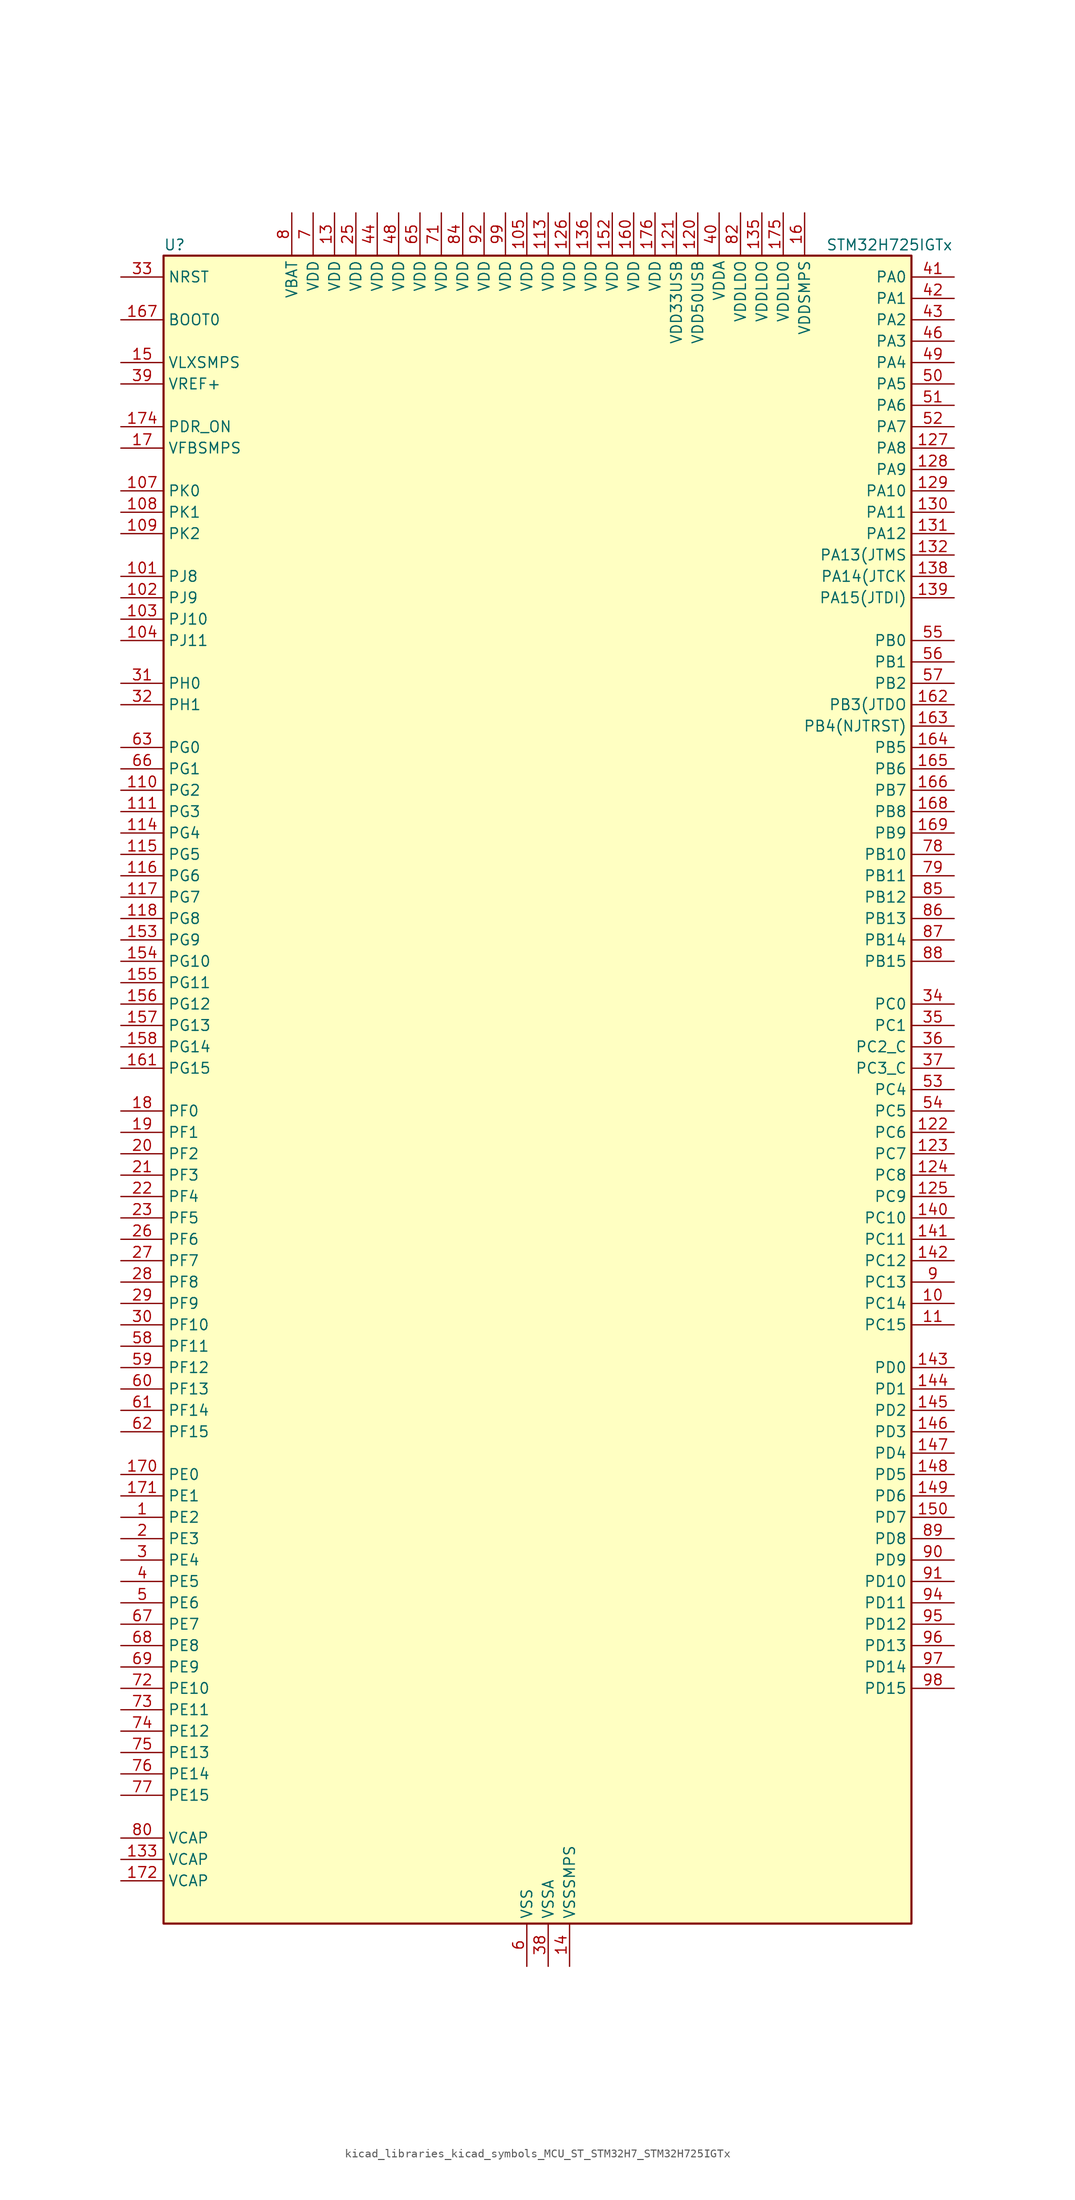
<source format=kicad_sym>
(kicad_symbol_lib
  (version 20220914)
  (generator kicad_symbol_editor)
  (symbol "kicad_libraries_kicad_symbols_MCU_ST_STM32H7_STM32H725IGTx"
    (property "Reference" "U"
      (at -43.18 100.33 0)
      (effects (font (size 1.27 1.27)) (justify left)))
    (property "Value" "STM32H725IGTx"
      (at 35.56 100.33 0)
      (effects (font (size 1.27 1.27)) (justify left)))
    (property "ki_locked" ""
      (at 0 0 0)
      (effects (font (size 1.27 1.27))))
    (symbol "kicad_libraries_kicad_symbols_MCU_ST_STM32H7_STM32H725IGTx_0_1"
      (rectangle (start -43.18 -99.06) (end 45.72 99.06) (stroke (width 0.254) (type default)) (fill (type background))))
    (symbol "kicad_libraries_kicad_symbols_MCU_ST_STM32H7_STM32H725IGTx_1_1"
      (pin bidirectional line (at -48.26 -50.8 0) (length 5.08) (name "PE2" (effects (font (size 1.27 1.27)))) (number "1" (effects (font (size 1.27 1.27)))) (alternate "DEBUG_TRACECLK" bidirectional line) (alternate "ETH_TXD3" bidirectional line) (alternate "FMC_A23" bidirectional line) (alternate "OCTOSPIM_P1_IO2" bidirectional line) (alternate "SAI1_CK1" bidirectional line) (alternate "SAI1_MCLK_A" bidirectional line) (alternate "SAI4_CK1" bidirectional line) (alternate "SAI4_MCLK_A" bidirectional line) (alternate "SPI4_SCK" bidirectional line) (alternate "USART10_RX" bidirectional line))
      (pin bidirectional line (at 50.8 -25.4 180) (length 5.08) (name "PC14" (effects (font (size 1.27 1.27)))) (number "10" (effects (font (size 1.27 1.27)))) (alternate "RCC_OSC32_IN" bidirectional line))
      (pin passive line (at 0 -104.14 90) (length 5.08) hide (name "VSS" (effects (font (size 1.27 1.27)))) (number "100" (effects (font (size 1.27 1.27)))))
      (pin bidirectional line (at -48.26 60.96 0) (length 5.08) (name "PJ8" (effects (font (size 1.27 1.27)))) (number "101" (effects (font (size 1.27 1.27)))) (alternate "LTDC_G1" bidirectional line) (alternate "TIM1_CH3N" bidirectional line) (alternate "TIM8_CH1" bidirectional line) (alternate "UART8_TX" bidirectional line))
      (pin bidirectional line (at -48.26 58.42 0) (length 5.08) (name "PJ9" (effects (font (size 1.27 1.27)))) (number "102" (effects (font (size 1.27 1.27)))) (alternate "DAC1_EXTI9" bidirectional line) (alternate "LTDC_G2" bidirectional line) (alternate "TIM1_CH3" bidirectional line) (alternate "TIM8_CH1N" bidirectional line) (alternate "UART8_RX" bidirectional line))
      (pin bidirectional line (at -48.26 55.88 0) (length 5.08) (name "PJ10" (effects (font (size 1.27 1.27)))) (number "103" (effects (font (size 1.27 1.27)))) (alternate "LTDC_G3" bidirectional line) (alternate "SPI5_MOSI" bidirectional line) (alternate "TIM1_CH2N" bidirectional line) (alternate "TIM8_CH2" bidirectional line))
      (pin bidirectional line (at -48.26 53.34 0) (length 5.08) (name "PJ11" (effects (font (size 1.27 1.27)))) (number "104" (effects (font (size 1.27 1.27)))) (alternate "ADC1_EXTI11" bidirectional line) (alternate "ADC2_EXTI11" bidirectional line) (alternate "ADC3_EXTI11" bidirectional line) (alternate "LTDC_G4" bidirectional line) (alternate "SPI5_MISO" bidirectional line) (alternate "TIM1_CH2" bidirectional line) (alternate "TIM8_CH2N" bidirectional line))
      (pin power_in line (at 0 104.14 270) (length 5.08) (name "VDD" (effects (font (size 1.27 1.27)))) (number "105" (effects (font (size 1.27 1.27)))))
      (pin passive line (at 0 -104.14 90) (length 5.08) hide (name "VSS" (effects (font (size 1.27 1.27)))) (number "106" (effects (font (size 1.27 1.27)))))
      (pin bidirectional line (at -48.26 71.12 0) (length 5.08) (name "PK0" (effects (font (size 1.27 1.27)))) (number "107" (effects (font (size 1.27 1.27)))) (alternate "LTDC_G5" bidirectional line) (alternate "SPI5_SCK" bidirectional line) (alternate "TIM1_CH1N" bidirectional line) (alternate "TIM8_CH3" bidirectional line))
      (pin bidirectional line (at -48.26 68.58 0) (length 5.08) (name "PK1" (effects (font (size 1.27 1.27)))) (number "108" (effects (font (size 1.27 1.27)))) (alternate "LTDC_G6" bidirectional line) (alternate "SPI5_NSS" bidirectional line) (alternate "TIM1_CH1" bidirectional line) (alternate "TIM8_CH3N" bidirectional line))
      (pin bidirectional line (at -48.26 66.04 0) (length 5.08) (name "PK2" (effects (font (size 1.27 1.27)))) (number "109" (effects (font (size 1.27 1.27)))) (alternate "LTDC_G7" bidirectional line) (alternate "TIM1_BKIN" bidirectional line) (alternate "TIM1_BKIN_COMP1" bidirectional line) (alternate "TIM1_BKIN_COMP2" bidirectional line) (alternate "TIM8_BKIN" bidirectional line) (alternate "TIM8_BKIN_COMP1" bidirectional line) (alternate "TIM8_BKIN_COMP2" bidirectional line))
      (pin bidirectional line (at 50.8 -27.94 180) (length 5.08) (name "PC15" (effects (font (size 1.27 1.27)))) (number "11" (effects (font (size 1.27 1.27)))) (alternate "ADC1_EXTI15" bidirectional line) (alternate "ADC2_EXTI15" bidirectional line) (alternate "ADC3_EXTI15" bidirectional line) (alternate "RCC_OSC32_OUT" bidirectional line))
      (pin bidirectional line (at -48.26 35.56 0) (length 5.08) (name "PG2" (effects (font (size 1.27 1.27)))) (number "110" (effects (font (size 1.27 1.27)))) (alternate "FMC_A12" bidirectional line) (alternate "TIM24_ETR" bidirectional line) (alternate "TIM8_BKIN" bidirectional line) (alternate "TIM8_BKIN_COMP1" bidirectional line) (alternate "TIM8_BKIN_COMP2" bidirectional line))
      (pin bidirectional line (at -48.26 33.02 0) (length 5.08) (name "PG3" (effects (font (size 1.27 1.27)))) (number "111" (effects (font (size 1.27 1.27)))) (alternate "FMC_A13" bidirectional line) (alternate "TIM23_ETR" bidirectional line) (alternate "TIM8_BKIN2" bidirectional line) (alternate "TIM8_BKIN2_COMP1" bidirectional line) (alternate "TIM8_BKIN2_COMP2" bidirectional line))
      (pin passive line (at 0 -104.14 90) (length 5.08) hide (name "VSS" (effects (font (size 1.27 1.27)))) (number "112" (effects (font (size 1.27 1.27)))))
      (pin power_in line (at 2.54 104.14 270) (length 5.08) (name "VDD" (effects (font (size 1.27 1.27)))) (number "113" (effects (font (size 1.27 1.27)))))
      (pin bidirectional line (at -48.26 30.48 0) (length 5.08) (name "PG4" (effects (font (size 1.27 1.27)))) (number "114" (effects (font (size 1.27 1.27)))) (alternate "FMC_A14" bidirectional line) (alternate "FMC_BA0" bidirectional line) (alternate "TIM1_BKIN2" bidirectional line) (alternate "TIM1_BKIN2_COMP1" bidirectional line) (alternate "TIM1_BKIN2_COMP2" bidirectional line))
      (pin bidirectional line (at -48.26 27.94 0) (length 5.08) (name "PG5" (effects (font (size 1.27 1.27)))) (number "115" (effects (font (size 1.27 1.27)))) (alternate "FMC_A15" bidirectional line) (alternate "FMC_BA1" bidirectional line) (alternate "TIM1_ETR" bidirectional line))
      (pin bidirectional line (at -48.26 25.4 0) (length 5.08) (name "PG6" (effects (font (size 1.27 1.27)))) (number "116" (effects (font (size 1.27 1.27)))) (alternate "DCMI_D12" bidirectional line) (alternate "FMC_NE3" bidirectional line) (alternate "LTDC_R7" bidirectional line) (alternate "OCTOSPIM_P1_NCS" bidirectional line) (alternate "PSSI_D12" bidirectional line) (alternate "TIM17_BKIN" bidirectional line))
      (pin bidirectional line (at -48.26 22.86 0) (length 5.08) (name "PG7" (effects (font (size 1.27 1.27)))) (number "117" (effects (font (size 1.27 1.27)))) (alternate "DCMI_D13" bidirectional line) (alternate "FMC_INT" bidirectional line) (alternate "LTDC_CLK" bidirectional line) (alternate "OCTOSPIM_P2_DQS" bidirectional line) (alternate "PSSI_D13" bidirectional line) (alternate "SAI1_MCLK_A" bidirectional line) (alternate "USART6_CK" bidirectional line))
      (pin bidirectional line (at -48.26 20.32 0) (length 5.08) (name "PG8" (effects (font (size 1.27 1.27)))) (number "118" (effects (font (size 1.27 1.27)))) (alternate "ETH_PPS_OUT" bidirectional line) (alternate "FMC_SDCLK" bidirectional line) (alternate "I2S6_WS" bidirectional line) (alternate "LTDC_G7" bidirectional line) (alternate "SPDIFRX1_IN2" bidirectional line) (alternate "SPI6_NSS" bidirectional line) (alternate "TIM8_ETR" bidirectional line) (alternate "USART6_DE" bidirectional line) (alternate "USART6_RTS" bidirectional line))
      (pin passive line (at 0 -104.14 90) (length 5.08) hide (name "VSS" (effects (font (size 1.27 1.27)))) (number "119" (effects (font (size 1.27 1.27)))))
      (pin passive line (at 0 -104.14 90) (length 5.08) hide (name "VSS" (effects (font (size 1.27 1.27)))) (number "12" (effects (font (size 1.27 1.27)))))
      (pin power_in line (at 20.32 104.14 270) (length 5.08) (name "VDD50USB" (effects (font (size 1.27 1.27)))) (number "120" (effects (font (size 1.27 1.27)))))
      (pin power_in line (at 17.78 104.14 270) (length 5.08) (name "VDD33USB" (effects (font (size 1.27 1.27)))) (number "121" (effects (font (size 1.27 1.27)))))
      (pin bidirectional line (at 50.8 -5.08 180) (length 5.08) (name "PC6" (effects (font (size 1.27 1.27)))) (number "122" (effects (font (size 1.27 1.27)))) (alternate "DCMI_D0" bidirectional line) (alternate "DFSDM1_CKIN3" bidirectional line) (alternate "FMC_NWAIT" bidirectional line) (alternate "I2S2_MCK" bidirectional line) (alternate "LTDC_HSYNC" bidirectional line) (alternate "PSSI_D0" bidirectional line) (alternate "SDMMC1_D0DIR" bidirectional line) (alternate "SDMMC1_D6" bidirectional line) (alternate "SDMMC2_D6" bidirectional line) (alternate "SWPMI1_IO" bidirectional line) (alternate "TIM3_CH1" bidirectional line) (alternate "TIM8_CH1" bidirectional line) (alternate "USART6_TX" bidirectional line))
      (pin bidirectional line (at 50.8 -7.62 180) (length 5.08) (name "PC7" (effects (font (size 1.27 1.27)))) (number "123" (effects (font (size 1.27 1.27)))) (alternate "DCMI_D1" bidirectional line) (alternate "DEBUG_TRGIO" bidirectional line) (alternate "DFSDM1_DATIN3" bidirectional line) (alternate "FMC_NE1" bidirectional line) (alternate "I2S3_MCK" bidirectional line) (alternate "LTDC_G6" bidirectional line) (alternate "PSSI_D1" bidirectional line) (alternate "SDMMC1_D123DIR" bidirectional line) (alternate "SDMMC1_D7" bidirectional line) (alternate "SDMMC2_D7" bidirectional line) (alternate "SWPMI1_TX" bidirectional line) (alternate "TIM3_CH2" bidirectional line) (alternate "TIM8_CH2" bidirectional line) (alternate "USART6_RX" bidirectional line))
      (pin bidirectional line (at 50.8 -10.16 180) (length 5.08) (name "PC8" (effects (font (size 1.27 1.27)))) (number "124" (effects (font (size 1.27 1.27)))) (alternate "DCMI_D2" bidirectional line) (alternate "DEBUG_TRACED1" bidirectional line) (alternate "FMC_INT" bidirectional line) (alternate "FMC_NCE" bidirectional line) (alternate "FMC_NE2" bidirectional line) (alternate "PSSI_D2" bidirectional line) (alternate "SDMMC1_D0" bidirectional line) (alternate "SWPMI1_RX" bidirectional line) (alternate "TIM3_CH3" bidirectional line) (alternate "TIM8_CH3" bidirectional line) (alternate "UART5_DE" bidirectional line) (alternate "UART5_RTS" bidirectional line) (alternate "USART6_CK" bidirectional line))
      (pin bidirectional line (at 50.8 -12.7 180) (length 5.08) (name "PC9" (effects (font (size 1.27 1.27)))) (number "125" (effects (font (size 1.27 1.27)))) (alternate "DAC1_EXTI9" bidirectional line) (alternate "DCMI_D3" bidirectional line) (alternate "I2C3_SDA" bidirectional line) (alternate "I2C5_SDA" bidirectional line) (alternate "I2S_CKIN" bidirectional line) (alternate "LTDC_B2" bidirectional line) (alternate "LTDC_G3" bidirectional line) (alternate "OCTOSPIM_P1_IO0" bidirectional line) (alternate "PSSI_D3" bidirectional line) (alternate "RCC_MCO_2" bidirectional line) (alternate "SDMMC1_D1" bidirectional line) (alternate "SWPMI1_SUSPEND" bidirectional line) (alternate "TIM3_CH4" bidirectional line) (alternate "TIM8_CH4" bidirectional line) (alternate "UART5_CTS" bidirectional line))
      (pin power_in line (at 5.08 104.14 270) (length 5.08) (name "VDD" (effects (font (size 1.27 1.27)))) (number "126" (effects (font (size 1.27 1.27)))))
      (pin bidirectional line (at 50.8 76.2 180) (length 5.08) (name "PA8" (effects (font (size 1.27 1.27)))) (number "127" (effects (font (size 1.27 1.27)))) (alternate "I2C3_SCL" bidirectional line) (alternate "I2C5_SCL" bidirectional line) (alternate "LTDC_B3" bidirectional line) (alternate "LTDC_R6" bidirectional line) (alternate "RCC_MCO_1" bidirectional line) (alternate "TIM1_CH1" bidirectional line) (alternate "TIM8_BKIN2" bidirectional line) (alternate "TIM8_BKIN2_COMP1" bidirectional line) (alternate "TIM8_BKIN2_COMP2" bidirectional line) (alternate "UART7_RX" bidirectional line) (alternate "USART1_CK" bidirectional line) (alternate "USB_OTG_HS_SOF" bidirectional line))
      (pin bidirectional line (at 50.8 73.66 180) (length 5.08) (name "PA9" (effects (font (size 1.27 1.27)))) (number "128" (effects (font (size 1.27 1.27)))) (alternate "DAC1_EXTI9" bidirectional line) (alternate "DCMI_D0" bidirectional line) (alternate "ETH_TX_ER" bidirectional line) (alternate "I2C3_SMBA" bidirectional line) (alternate "I2C5_SMBA" bidirectional line) (alternate "I2S2_CK" bidirectional line) (alternate "LPUART1_TX" bidirectional line) (alternate "LTDC_R5" bidirectional line) (alternate "PSSI_D0" bidirectional line) (alternate "SPI2_SCK" bidirectional line) (alternate "TIM1_CH2" bidirectional line) (alternate "USART1_TX" bidirectional line) (alternate "USB_OTG_HS_VBUS" bidirectional line))
      (pin bidirectional line (at 50.8 71.12 180) (length 5.08) (name "PA10" (effects (font (size 1.27 1.27)))) (number "129" (effects (font (size 1.27 1.27)))) (alternate "DCMI_D1" bidirectional line) (alternate "LPUART1_RX" bidirectional line) (alternate "LTDC_B1" bidirectional line) (alternate "LTDC_B4" bidirectional line) (alternate "MDIOS_MDIO" bidirectional line) (alternate "PSSI_D1" bidirectional line) (alternate "TIM1_CH3" bidirectional line) (alternate "USART1_RX" bidirectional line) (alternate "USB_OTG_HS_ID" bidirectional line))
      (pin power_in line (at -22.86 104.14 270) (length 5.08) (name "VDD" (effects (font (size 1.27 1.27)))) (number "13" (effects (font (size 1.27 1.27)))))
      (pin bidirectional line (at 50.8 68.58 180) (length 5.08) (name "PA11" (effects (font (size 1.27 1.27)))) (number "130" (effects (font (size 1.27 1.27)))) (alternate "ADC1_EXTI11" bidirectional line) (alternate "ADC2_EXTI11" bidirectional line) (alternate "ADC3_EXTI11" bidirectional line) (alternate "FDCAN1_RX" bidirectional line) (alternate "I2S2_WS" bidirectional line) (alternate "LPUART1_CTS" bidirectional line) (alternate "LTDC_R4" bidirectional line) (alternate "SPI2_NSS" bidirectional line) (alternate "TIM1_CH4" bidirectional line) (alternate "UART4_RX" bidirectional line) (alternate "USART1_CTS" bidirectional line) (alternate "USART1_NSS" bidirectional line) (alternate "USB_OTG_HS_DM" bidirectional line))
      (pin bidirectional line (at 50.8 66.04 180) (length 5.08) (name "PA12" (effects (font (size 1.27 1.27)))) (number "131" (effects (font (size 1.27 1.27)))) (alternate "FDCAN1_TX" bidirectional line) (alternate "I2S2_CK" bidirectional line) (alternate "LPUART1_DE" bidirectional line) (alternate "LPUART1_RTS" bidirectional line) (alternate "LTDC_R5" bidirectional line) (alternate "SAI4_FS_B" bidirectional line) (alternate "SPI2_SCK" bidirectional line) (alternate "TIM1_BKIN2" bidirectional line) (alternate "TIM1_ETR" bidirectional line) (alternate "UART4_TX" bidirectional line) (alternate "USART1_DE" bidirectional line) (alternate "USART1_RTS" bidirectional line) (alternate "USB_OTG_HS_DP" bidirectional line))
      (pin bidirectional line (at 50.8 63.5 180) (length 5.08) (name "PA13(JTMS" (effects (font (size 1.27 1.27)))) (number "132" (effects (font (size 1.27 1.27)))) (alternate "DEBUG_JTMS-SWDIO" bidirectional line))
      (pin power_out line (at -48.26 -91.44 0) (length 5.08) (name "VCAP" (effects (font (size 1.27 1.27)))) (number "133" (effects (font (size 1.27 1.27)))))
      (pin passive line (at 0 -104.14 90) (length 5.08) hide (name "VSS" (effects (font (size 1.27 1.27)))) (number "134" (effects (font (size 1.27 1.27)))))
      (pin power_in line (at 27.94 104.14 270) (length 5.08) (name "VDDLDO" (effects (font (size 1.27 1.27)))) (number "135" (effects (font (size 1.27 1.27)))))
      (pin power_in line (at 7.62 104.14 270) (length 5.08) (name "VDD" (effects (font (size 1.27 1.27)))) (number "136" (effects (font (size 1.27 1.27)))))
      (pin passive line (at 0 -104.14 90) (length 5.08) hide (name "VSS" (effects (font (size 1.27 1.27)))) (number "137" (effects (font (size 1.27 1.27)))))
      (pin bidirectional line (at 50.8 60.96 180) (length 5.08) (name "PA14(JTCK" (effects (font (size 1.27 1.27)))) (number "138" (effects (font (size 1.27 1.27)))) (alternate "DEBUG_JTCK-SWCLK" bidirectional line))
      (pin bidirectional line (at 50.8 58.42 180) (length 5.08) (name "PA15(JTDI)" (effects (font (size 1.27 1.27)))) (number "139" (effects (font (size 1.27 1.27)))) (alternate "ADC1_EXTI15" bidirectional line) (alternate "ADC2_EXTI15" bidirectional line) (alternate "ADC3_EXTI15" bidirectional line) (alternate "CEC" bidirectional line) (alternate "DEBUG_JTDI" bidirectional line) (alternate "I2S1_WS" bidirectional line) (alternate "I2S3_WS" bidirectional line) (alternate "I2S6_WS" bidirectional line) (alternate "LTDC_B6" bidirectional line) (alternate "LTDC_R3" bidirectional line) (alternate "SPI1_NSS" bidirectional line) (alternate "SPI3_NSS" bidirectional line) (alternate "SPI6_NSS" bidirectional line) (alternate "TIM2_CH1" bidirectional line) (alternate "TIM2_ETR" bidirectional line) (alternate "UART4_DE" bidirectional line) (alternate "UART4_RTS" bidirectional line) (alternate "UART7_TX" bidirectional line))
      (pin power_in line (at 5.08 -104.14 90) (length 5.08) (name "VSSSMPS" (effects (font (size 1.27 1.27)))) (number "14" (effects (font (size 1.27 1.27)))))
      (pin bidirectional line (at 50.8 -15.24 180) (length 5.08) (name "PC10" (effects (font (size 1.27 1.27)))) (number "140" (effects (font (size 1.27 1.27)))) (alternate "DCMI_D8" bidirectional line) (alternate "DFSDM1_CKIN5" bidirectional line) (alternate "I2C5_SDA" bidirectional line) (alternate "I2S3_CK" bidirectional line) (alternate "LTDC_B1" bidirectional line) (alternate "LTDC_R2" bidirectional line) (alternate "OCTOSPIM_P1_IO1" bidirectional line) (alternate "PSSI_D8" bidirectional line) (alternate "SDMMC1_D2" bidirectional line) (alternate "SPI3_SCK" bidirectional line) (alternate "SWPMI1_RX" bidirectional line) (alternate "UART4_TX" bidirectional line) (alternate "USART3_TX" bidirectional line))
      (pin bidirectional line (at 50.8 -17.78 180) (length 5.08) (name "PC11" (effects (font (size 1.27 1.27)))) (number "141" (effects (font (size 1.27 1.27)))) (alternate "ADC1_EXTI11" bidirectional line) (alternate "ADC2_EXTI11" bidirectional line) (alternate "ADC3_EXTI11" bidirectional line) (alternate "DCMI_D4" bidirectional line) (alternate "DFSDM1_DATIN5" bidirectional line) (alternate "I2C5_SCL" bidirectional line) (alternate "I2S3_SDI" bidirectional line) (alternate "LTDC_B4" bidirectional line) (alternate "OCTOSPIM_P1_NCS" bidirectional line) (alternate "PSSI_D4" bidirectional line) (alternate "SDMMC1_D3" bidirectional line) (alternate "SPI3_MISO" bidirectional line) (alternate "UART4_RX" bidirectional line) (alternate "USART3_RX" bidirectional line))
      (pin bidirectional line (at 50.8 -20.32 180) (length 5.08) (name "PC12" (effects (font (size 1.27 1.27)))) (number "142" (effects (font (size 1.27 1.27)))) (alternate "DCMI_D9" bidirectional line) (alternate "DEBUG_TRACED3" bidirectional line) (alternate "FMC_D6" bidirectional line) (alternate "FMC_DA6" bidirectional line) (alternate "I2C5_SMBA" bidirectional line) (alternate "I2S3_SDO" bidirectional line) (alternate "I2S6_CK" bidirectional line) (alternate "LTDC_R6" bidirectional line) (alternate "PSSI_D9" bidirectional line) (alternate "SDMMC1_CK" bidirectional line) (alternate "SPI3_MOSI" bidirectional line) (alternate "SPI6_SCK" bidirectional line) (alternate "TIM15_CH1" bidirectional line) (alternate "UART5_TX" bidirectional line) (alternate "USART3_CK" bidirectional line))
      (pin bidirectional line (at 50.8 -33.02 180) (length 5.08) (name "PD0" (effects (font (size 1.27 1.27)))) (number "143" (effects (font (size 1.27 1.27)))) (alternate "DFSDM1_CKIN6" bidirectional line) (alternate "FDCAN1_RX" bidirectional line) (alternate "FMC_D2" bidirectional line) (alternate "FMC_DA2" bidirectional line) (alternate "LTDC_B1" bidirectional line) (alternate "UART4_RX" bidirectional line) (alternate "UART9_CTS" bidirectional line))
      (pin bidirectional line (at 50.8 -35.56 180) (length 5.08) (name "PD1" (effects (font (size 1.27 1.27)))) (number "144" (effects (font (size 1.27 1.27)))) (alternate "DFSDM1_DATIN6" bidirectional line) (alternate "FDCAN1_TX" bidirectional line) (alternate "FMC_D3" bidirectional line) (alternate "FMC_DA3" bidirectional line) (alternate "UART4_TX" bidirectional line))
      (pin bidirectional line (at 50.8 -38.1 180) (length 5.08) (name "PD2" (effects (font (size 1.27 1.27)))) (number "145" (effects (font (size 1.27 1.27)))) (alternate "DCMI_D11" bidirectional line) (alternate "DEBUG_TRACED2" bidirectional line) (alternate "FMC_D7" bidirectional line) (alternate "FMC_DA7" bidirectional line) (alternate "LTDC_B2" bidirectional line) (alternate "LTDC_B7" bidirectional line) (alternate "PSSI_D11" bidirectional line) (alternate "SDMMC1_CMD" bidirectional line) (alternate "TIM15_BKIN" bidirectional line) (alternate "TIM3_ETR" bidirectional line) (alternate "UART5_RX" bidirectional line))
      (pin bidirectional line (at 50.8 -40.64 180) (length 5.08) (name "PD3" (effects (font (size 1.27 1.27)))) (number "146" (effects (font (size 1.27 1.27)))) (alternate "DCMI_D5" bidirectional line) (alternate "DFSDM1_CKOUT" bidirectional line) (alternate "FMC_CLK" bidirectional line) (alternate "I2S2_CK" bidirectional line) (alternate "LTDC_G7" bidirectional line) (alternate "PSSI_D5" bidirectional line) (alternate "SPI2_SCK" bidirectional line) (alternate "USART2_CTS" bidirectional line) (alternate "USART2_NSS" bidirectional line))
      (pin bidirectional line (at 50.8 -43.18 180) (length 5.08) (name "PD4" (effects (font (size 1.27 1.27)))) (number "147" (effects (font (size 1.27 1.27)))) (alternate "FMC_NOE" bidirectional line) (alternate "OCTOSPIM_P1_IO4" bidirectional line) (alternate "USART2_DE" bidirectional line) (alternate "USART2_RTS" bidirectional line))
      (pin bidirectional line (at 50.8 -45.72 180) (length 5.08) (name "PD5" (effects (font (size 1.27 1.27)))) (number "148" (effects (font (size 1.27 1.27)))) (alternate "FMC_NWE" bidirectional line) (alternate "OCTOSPIM_P1_IO5" bidirectional line) (alternate "USART2_TX" bidirectional line))
      (pin bidirectional line (at 50.8 -48.26 180) (length 5.08) (name "PD6" (effects (font (size 1.27 1.27)))) (number "149" (effects (font (size 1.27 1.27)))) (alternate "DCMI_D10" bidirectional line) (alternate "DFSDM1_CKIN4" bidirectional line) (alternate "DFSDM1_DATIN1" bidirectional line) (alternate "FMC_NWAIT" bidirectional line) (alternate "I2S3_SDO" bidirectional line) (alternate "LTDC_B2" bidirectional line) (alternate "OCTOSPIM_P1_IO6" bidirectional line) (alternate "PSSI_D10" bidirectional line) (alternate "SAI1_D1" bidirectional line) (alternate "SAI1_SD_A" bidirectional line) (alternate "SAI4_D1" bidirectional line) (alternate "SAI4_SD_A" bidirectional line) (alternate "SDMMC2_CK" bidirectional line) (alternate "SPI3_MOSI" bidirectional line) (alternate "USART2_RX" bidirectional line))
      (pin power_in line (at -48.26 86.36 0) (length 5.08) (name "VLXSMPS" (effects (font (size 1.27 1.27)))) (number "15" (effects (font (size 1.27 1.27)))))
      (pin bidirectional line (at 50.8 -50.8 180) (length 5.08) (name "PD7" (effects (font (size 1.27 1.27)))) (number "150" (effects (font (size 1.27 1.27)))) (alternate "DFSDM1_CKIN1" bidirectional line) (alternate "DFSDM1_DATIN4" bidirectional line) (alternate "FMC_NE1" bidirectional line) (alternate "I2S1_SDO" bidirectional line) (alternate "OCTOSPIM_P1_IO7" bidirectional line) (alternate "SDMMC2_CMD" bidirectional line) (alternate "SPDIFRX1_IN0" bidirectional line) (alternate "SPI1_MOSI" bidirectional line) (alternate "USART2_CK" bidirectional line))
      (pin passive line (at 0 -104.14 90) (length 5.08) hide (name "VSS" (effects (font (size 1.27 1.27)))) (number "151" (effects (font (size 1.27 1.27)))))
      (pin power_in line (at 10.16 104.14 270) (length 5.08) (name "VDD" (effects (font (size 1.27 1.27)))) (number "152" (effects (font (size 1.27 1.27)))))
      (pin bidirectional line (at -48.26 17.78 0) (length 5.08) (name "PG9" (effects (font (size 1.27 1.27)))) (number "153" (effects (font (size 1.27 1.27)))) (alternate "DAC1_EXTI9" bidirectional line) (alternate "DCMI_VSYNC" bidirectional line) (alternate "FDCAN3_TX" bidirectional line) (alternate "FMC_NCE" bidirectional line) (alternate "FMC_NE2" bidirectional line) (alternate "I2S1_SDI" bidirectional line) (alternate "OCTOSPIM_P1_IO6" bidirectional line) (alternate "PSSI_RDY" bidirectional line) (alternate "SAI4_FS_B" bidirectional line) (alternate "SDMMC2_D0" bidirectional line) (alternate "SPDIFRX1_IN3" bidirectional line) (alternate "SPI1_MISO" bidirectional line) (alternate "USART6_RX" bidirectional line))
      (pin bidirectional line (at -48.26 15.24 0) (length 5.08) (name "PG10" (effects (font (size 1.27 1.27)))) (number "154" (effects (font (size 1.27 1.27)))) (alternate "DCMI_D2" bidirectional line) (alternate "FDCAN3_RX" bidirectional line) (alternate "FMC_NE3" bidirectional line) (alternate "I2S1_WS" bidirectional line) (alternate "LTDC_B2" bidirectional line) (alternate "LTDC_G3" bidirectional line) (alternate "OCTOSPIM_P2_IO6" bidirectional line) (alternate "PSSI_D2" bidirectional line) (alternate "SAI4_SD_B" bidirectional line) (alternate "SDMMC2_D1" bidirectional line) (alternate "SPI1_NSS" bidirectional line))
      (pin bidirectional line (at -48.26 12.7 0) (length 5.08) (name "PG11" (effects (font (size 1.27 1.27)))) (number "155" (effects (font (size 1.27 1.27)))) (alternate "ADC1_EXTI11" bidirectional line) (alternate "ADC2_EXTI11" bidirectional line) (alternate "ADC3_EXTI11" bidirectional line) (alternate "DCMI_D3" bidirectional line) (alternate "ETH_TX_EN" bidirectional line) (alternate "I2S1_CK" bidirectional line) (alternate "LPTIM1_IN2" bidirectional line) (alternate "LTDC_B3" bidirectional line) (alternate "OCTOSPIM_P2_IO7" bidirectional line) (alternate "PSSI_D3" bidirectional line) (alternate "SDMMC2_D2" bidirectional line) (alternate "SPDIFRX1_IN0" bidirectional line) (alternate "SPI1_SCK" bidirectional line) (alternate "USART10_RX" bidirectional line))
      (pin bidirectional line (at -48.26 10.16 0) (length 5.08) (name "PG12" (effects (font (size 1.27 1.27)))) (number "156" (effects (font (size 1.27 1.27)))) (alternate "ETH_TXD1" bidirectional line) (alternate "FMC_NE4" bidirectional line) (alternate "I2S6_SDI" bidirectional line) (alternate "LPTIM1_IN1" bidirectional line) (alternate "LTDC_B1" bidirectional line) (alternate "LTDC_B4" bidirectional line) (alternate "OCTOSPIM_P2_NCS" bidirectional line) (alternate "SDMMC2_D3" bidirectional line) (alternate "SPDIFRX1_IN1" bidirectional line) (alternate "SPI6_MISO" bidirectional line) (alternate "TIM23_CH1" bidirectional line) (alternate "USART10_TX" bidirectional line) (alternate "USART6_DE" bidirectional line) (alternate "USART6_RTS" bidirectional line))
      (pin bidirectional line (at -48.26 7.62 0) (length 5.08) (name "PG13" (effects (font (size 1.27 1.27)))) (number "157" (effects (font (size 1.27 1.27)))) (alternate "DEBUG_TRACED0" bidirectional line) (alternate "ETH_TXD0" bidirectional line) (alternate "FMC_A24" bidirectional line) (alternate "I2S6_CK" bidirectional line) (alternate "LPTIM1_OUT" bidirectional line) (alternate "LTDC_R0" bidirectional line) (alternate "SDMMC2_D6" bidirectional line) (alternate "SPI6_SCK" bidirectional line) (alternate "TIM23_CH2" bidirectional line) (alternate "USART10_CTS" bidirectional line) (alternate "USART10_NSS" bidirectional line) (alternate "USART6_CTS" bidirectional line) (alternate "USART6_NSS" bidirectional line))
      (pin bidirectional line (at -48.26 5.08 0) (length 5.08) (name "PG14" (effects (font (size 1.27 1.27)))) (number "158" (effects (font (size 1.27 1.27)))) (alternate "DEBUG_TRACED1" bidirectional line) (alternate "ETH_TXD1" bidirectional line) (alternate "FMC_A25" bidirectional line) (alternate "I2S6_SDO" bidirectional line) (alternate "LPTIM1_ETR" bidirectional line) (alternate "LTDC_B0" bidirectional line) (alternate "OCTOSPIM_P1_IO7" bidirectional line) (alternate "SDMMC2_D7" bidirectional line) (alternate "SPI6_MOSI" bidirectional line) (alternate "TIM23_CH3" bidirectional line) (alternate "USART10_DE" bidirectional line) (alternate "USART10_RTS" bidirectional line) (alternate "USART6_TX" bidirectional line))
      (pin passive line (at 0 -104.14 90) (length 5.08) hide (name "VSS" (effects (font (size 1.27 1.27)))) (number "159" (effects (font (size 1.27 1.27)))))
      (pin power_in line (at 33.02 104.14 270) (length 5.08) (name "VDDSMPS" (effects (font (size 1.27 1.27)))) (number "16" (effects (font (size 1.27 1.27)))))
      (pin power_in line (at 12.7 104.14 270) (length 5.08) (name "VDD" (effects (font (size 1.27 1.27)))) (number "160" (effects (font (size 1.27 1.27)))))
      (pin bidirectional line (at -48.26 2.54 0) (length 5.08) (name "PG15" (effects (font (size 1.27 1.27)))) (number "161" (effects (font (size 1.27 1.27)))) (alternate "ADC1_EXTI15" bidirectional line) (alternate "ADC2_EXTI15" bidirectional line) (alternate "ADC3_EXTI15" bidirectional line) (alternate "DCMI_D13" bidirectional line) (alternate "FMC_SDNCAS" bidirectional line) (alternate "OCTOSPIM_P2_DQS" bidirectional line) (alternate "PSSI_D13" bidirectional line) (alternate "USART10_CK" bidirectional line) (alternate "USART6_CTS" bidirectional line) (alternate "USART6_NSS" bidirectional line))
      (pin bidirectional line (at 50.8 45.72 180) (length 5.08) (name "PB3(JTDO" (effects (font (size 1.27 1.27)))) (number "162" (effects (font (size 1.27 1.27)))) (alternate "CRS_SYNC" bidirectional line) (alternate "DEBUG_JTDO-SWO" bidirectional line) (alternate "I2S1_CK" bidirectional line) (alternate "I2S3_CK" bidirectional line) (alternate "I2S6_CK" bidirectional line) (alternate "SDMMC2_D2" bidirectional line) (alternate "SPI1_SCK" bidirectional line) (alternate "SPI3_SCK" bidirectional line) (alternate "SPI6_SCK" bidirectional line) (alternate "TIM24_ETR" bidirectional line) (alternate "TIM2_CH2" bidirectional line) (alternate "UART7_RX" bidirectional line))
      (pin bidirectional line (at 50.8 43.18 180) (length 5.08) (name "PB4(NJTRST)" (effects (font (size 1.27 1.27)))) (number "163" (effects (font (size 1.27 1.27)))) (alternate "DEBUG_JTRST" bidirectional line) (alternate "I2S1_SDI" bidirectional line) (alternate "I2S2_WS" bidirectional line) (alternate "I2S3_SDI" bidirectional line) (alternate "I2S6_SDI" bidirectional line) (alternate "SDMMC2_D3" bidirectional line) (alternate "SPI1_MISO" bidirectional line) (alternate "SPI2_NSS" bidirectional line) (alternate "SPI3_MISO" bidirectional line) (alternate "SPI6_MISO" bidirectional line) (alternate "TIM16_BKIN" bidirectional line) (alternate "TIM3_CH1" bidirectional line) (alternate "UART7_TX" bidirectional line))
      (pin bidirectional line (at 50.8 40.64 180) (length 5.08) (name "PB5" (effects (font (size 1.27 1.27)))) (number "164" (effects (font (size 1.27 1.27)))) (alternate "DCMI_D10" bidirectional line) (alternate "ETH_PPS_OUT" bidirectional line) (alternate "FDCAN2_RX" bidirectional line) (alternate "FMC_SDCKE1" bidirectional line) (alternate "I2C1_SMBA" bidirectional line) (alternate "I2C4_SMBA" bidirectional line) (alternate "I2S1_SDO" bidirectional line) (alternate "I2S3_SDO" bidirectional line) (alternate "I2S6_SDO" bidirectional line) (alternate "LTDC_B5" bidirectional line) (alternate "PSSI_D10" bidirectional line) (alternate "SPI1_MOSI" bidirectional line) (alternate "SPI3_MOSI" bidirectional line) (alternate "SPI6_MOSI" bidirectional line) (alternate "TIM17_BKIN" bidirectional line) (alternate "TIM3_CH2" bidirectional line) (alternate "UART5_RX" bidirectional line) (alternate "USB_OTG_HS_ULPI_D7" bidirectional line))
      (pin bidirectional line (at 50.8 38.1 180) (length 5.08) (name "PB6" (effects (font (size 1.27 1.27)))) (number "165" (effects (font (size 1.27 1.27)))) (alternate "CEC" bidirectional line) (alternate "DCMI_D5" bidirectional line) (alternate "DFSDM1_DATIN5" bidirectional line) (alternate "FDCAN2_TX" bidirectional line) (alternate "FMC_SDNE1" bidirectional line) (alternate "I2C1_SCL" bidirectional line) (alternate "I2C4_SCL" bidirectional line) (alternate "LPUART1_TX" bidirectional line) (alternate "OCTOSPIM_P1_NCS" bidirectional line) (alternate "PSSI_D5" bidirectional line) (alternate "TIM16_CH1N" bidirectional line) (alternate "TIM4_CH1" bidirectional line) (alternate "UART5_TX" bidirectional line) (alternate "USART1_TX" bidirectional line))
      (pin bidirectional line (at 50.8 35.56 180) (length 5.08) (name "PB7" (effects (font (size 1.27 1.27)))) (number "166" (effects (font (size 1.27 1.27)))) (alternate "DCMI_VSYNC" bidirectional line) (alternate "DFSDM1_CKIN5" bidirectional line) (alternate "FMC_NL" bidirectional line) (alternate "I2C1_SDA" bidirectional line) (alternate "I2C4_SDA" bidirectional line) (alternate "LPUART1_RX" bidirectional line) (alternate "PSSI_RDY" bidirectional line) (alternate "PWR_PVD_IN" bidirectional line) (alternate "TIM17_CH1N" bidirectional line) (alternate "TIM4_CH2" bidirectional line) (alternate "USART1_RX" bidirectional line))
      (pin input line (at -48.26 91.44 0) (length 5.08) (name "BOOT0" (effects (font (size 1.27 1.27)))) (number "167" (effects (font (size 1.27 1.27)))))
      (pin bidirectional line (at 50.8 33.02 180) (length 5.08) (name "PB8" (effects (font (size 1.27 1.27)))) (number "168" (effects (font (size 1.27 1.27)))) (alternate "DCMI_D6" bidirectional line) (alternate "DFSDM1_CKIN7" bidirectional line) (alternate "ETH_TXD3" bidirectional line) (alternate "FDCAN1_RX" bidirectional line) (alternate "I2C1_SCL" bidirectional line) (alternate "I2C4_SCL" bidirectional line) (alternate "LTDC_B6" bidirectional line) (alternate "PSSI_D6" bidirectional line) (alternate "SDMMC1_CKIN" bidirectional line) (alternate "SDMMC1_D4" bidirectional line) (alternate "SDMMC2_D4" bidirectional line) (alternate "TIM16_CH1" bidirectional line) (alternate "TIM4_CH3" bidirectional line) (alternate "UART4_RX" bidirectional line))
      (pin bidirectional line (at 50.8 30.48 180) (length 5.08) (name "PB9" (effects (font (size 1.27 1.27)))) (number "169" (effects (font (size 1.27 1.27)))) (alternate "DAC1_EXTI9" bidirectional line) (alternate "DCMI_D7" bidirectional line) (alternate "DFSDM1_DATIN7" bidirectional line) (alternate "FDCAN1_TX" bidirectional line) (alternate "I2C1_SDA" bidirectional line) (alternate "I2C4_SDA" bidirectional line) (alternate "I2C4_SMBA" bidirectional line) (alternate "I2S2_WS" bidirectional line) (alternate "LTDC_B7" bidirectional line) (alternate "PSSI_D7" bidirectional line) (alternate "SDMMC1_CDIR" bidirectional line) (alternate "SDMMC1_D5" bidirectional line) (alternate "SDMMC2_D5" bidirectional line) (alternate "SPI2_NSS" bidirectional line) (alternate "TIM17_CH1" bidirectional line) (alternate "TIM4_CH4" bidirectional line) (alternate "UART4_TX" bidirectional line))
      (pin input line (at -48.26 76.2 0) (length 5.08) (name "VFBSMPS" (effects (font (size 1.27 1.27)))) (number "17" (effects (font (size 1.27 1.27)))))
      (pin bidirectional line (at -48.26 -45.72 0) (length 5.08) (name "PE0" (effects (font (size 1.27 1.27)))) (number "170" (effects (font (size 1.27 1.27)))) (alternate "DCMI_D2" bidirectional line) (alternate "FMC_NBL0" bidirectional line) (alternate "LPTIM1_ETR" bidirectional line) (alternate "LPTIM2_ETR" bidirectional line) (alternate "LTDC_R0" bidirectional line) (alternate "PSSI_D2" bidirectional line) (alternate "SAI4_MCLK_A" bidirectional line) (alternate "TIM4_ETR" bidirectional line) (alternate "UART8_RX" bidirectional line))
      (pin bidirectional line (at -48.26 -48.26 0) (length 5.08) (name "PE1" (effects (font (size 1.27 1.27)))) (number "171" (effects (font (size 1.27 1.27)))) (alternate "DCMI_D3" bidirectional line) (alternate "FMC_NBL1" bidirectional line) (alternate "LPTIM1_IN2" bidirectional line) (alternate "LTDC_R6" bidirectional line) (alternate "PSSI_D3" bidirectional line) (alternate "UART8_TX" bidirectional line))
      (pin power_out line (at -48.26 -93.98 0) (length 5.08) (name "VCAP" (effects (font (size 1.27 1.27)))) (number "172" (effects (font (size 1.27 1.27)))))
      (pin passive line (at 0 -104.14 90) (length 5.08) hide (name "VSS" (effects (font (size 1.27 1.27)))) (number "173" (effects (font (size 1.27 1.27)))))
      (pin input line (at -48.26 78.74 0) (length 5.08) (name "PDR_ON" (effects (font (size 1.27 1.27)))) (number "174" (effects (font (size 1.27 1.27)))))
      (pin power_in line (at 30.48 104.14 270) (length 5.08) (name "VDDLDO" (effects (font (size 1.27 1.27)))) (number "175" (effects (font (size 1.27 1.27)))))
      (pin power_in line (at 15.24 104.14 270) (length 5.08) (name "VDD" (effects (font (size 1.27 1.27)))) (number "176" (effects (font (size 1.27 1.27)))))
      (pin bidirectional line (at -48.26 -2.54 0) (length 5.08) (name "PF0" (effects (font (size 1.27 1.27)))) (number "18" (effects (font (size 1.27 1.27)))) (alternate "FMC_A0" bidirectional line) (alternate "I2C2_SDA" bidirectional line) (alternate "I2C5_SDA" bidirectional line) (alternate "OCTOSPIM_P2_IO0" bidirectional line) (alternate "TIM23_CH1" bidirectional line))
      (pin bidirectional line (at -48.26 -5.08 0) (length 5.08) (name "PF1" (effects (font (size 1.27 1.27)))) (number "19" (effects (font (size 1.27 1.27)))) (alternate "FMC_A1" bidirectional line) (alternate "I2C2_SCL" bidirectional line) (alternate "I2C5_SCL" bidirectional line) (alternate "OCTOSPIM_P2_IO1" bidirectional line) (alternate "TIM23_CH2" bidirectional line))
      (pin bidirectional line (at -48.26 -53.34 0) (length 5.08) (name "PE3" (effects (font (size 1.27 1.27)))) (number "2" (effects (font (size 1.27 1.27)))) (alternate "DEBUG_TRACED0" bidirectional line) (alternate "FMC_A19" bidirectional line) (alternate "SAI1_SD_B" bidirectional line) (alternate "SAI4_SD_B" bidirectional line) (alternate "TIM15_BKIN" bidirectional line) (alternate "USART10_TX" bidirectional line))
      (pin bidirectional line (at -48.26 -7.62 0) (length 5.08) (name "PF2" (effects (font (size 1.27 1.27)))) (number "20" (effects (font (size 1.27 1.27)))) (alternate "FMC_A2" bidirectional line) (alternate "I2C2_SMBA" bidirectional line) (alternate "I2C5_SMBA" bidirectional line) (alternate "OCTOSPIM_P2_IO2" bidirectional line) (alternate "TIM23_CH3" bidirectional line))
      (pin bidirectional line (at -48.26 -10.16 0) (length 5.08) (name "PF3" (effects (font (size 1.27 1.27)))) (number "21" (effects (font (size 1.27 1.27)))) (alternate "ADC3_INP5" bidirectional line) (alternate "FMC_A3" bidirectional line) (alternate "OCTOSPIM_P2_IO3" bidirectional line) (alternate "TIM23_CH4" bidirectional line))
      (pin bidirectional line (at -48.26 -12.7 0) (length 5.08) (name "PF4" (effects (font (size 1.27 1.27)))) (number "22" (effects (font (size 1.27 1.27)))) (alternate "ADC3_INN5" bidirectional line) (alternate "ADC3_INP9" bidirectional line) (alternate "FMC_A4" bidirectional line) (alternate "OCTOSPIM_P2_CLK" bidirectional line))
      (pin bidirectional line (at -48.26 -15.24 0) (length 5.08) (name "PF5" (effects (font (size 1.27 1.27)))) (number "23" (effects (font (size 1.27 1.27)))) (alternate "ADC3_INP4" bidirectional line) (alternate "FMC_A5" bidirectional line) (alternate "OCTOSPIM_P2_NCLK" bidirectional line))
      (pin passive line (at 0 -104.14 90) (length 5.08) hide (name "VSS" (effects (font (size 1.27 1.27)))) (number "24" (effects (font (size 1.27 1.27)))))
      (pin power_in line (at -20.32 104.14 270) (length 5.08) (name "VDD" (effects (font (size 1.27 1.27)))) (number "25" (effects (font (size 1.27 1.27)))))
      (pin bidirectional line (at -48.26 -17.78 0) (length 5.08) (name "PF6" (effects (font (size 1.27 1.27)))) (number "26" (effects (font (size 1.27 1.27)))) (alternate "ADC3_INN4" bidirectional line) (alternate "ADC3_INP8" bidirectional line) (alternate "FDCAN3_RX" bidirectional line) (alternate "OCTOSPIM_P1_IO3" bidirectional line) (alternate "SAI1_SD_B" bidirectional line) (alternate "SAI4_SD_B" bidirectional line) (alternate "SPI5_NSS" bidirectional line) (alternate "TIM16_CH1" bidirectional line) (alternate "TIM23_CH1" bidirectional line) (alternate "UART7_RX" bidirectional line))
      (pin bidirectional line (at -48.26 -20.32 0) (length 5.08) (name "PF7" (effects (font (size 1.27 1.27)))) (number "27" (effects (font (size 1.27 1.27)))) (alternate "ADC3_INP3" bidirectional line) (alternate "FDCAN3_TX" bidirectional line) (alternate "OCTOSPIM_P1_IO2" bidirectional line) (alternate "SAI1_MCLK_B" bidirectional line) (alternate "SAI4_MCLK_B" bidirectional line) (alternate "SPI5_SCK" bidirectional line) (alternate "TIM17_CH1" bidirectional line) (alternate "TIM23_CH2" bidirectional line) (alternate "UART7_TX" bidirectional line))
      (pin bidirectional line (at -48.26 -22.86 0) (length 5.08) (name "PF8" (effects (font (size 1.27 1.27)))) (number "28" (effects (font (size 1.27 1.27)))) (alternate "ADC3_INN3" bidirectional line) (alternate "ADC3_INP7" bidirectional line) (alternate "OCTOSPIM_P1_IO0" bidirectional line) (alternate "SAI1_SCK_B" bidirectional line) (alternate "SAI4_SCK_B" bidirectional line) (alternate "SPI5_MISO" bidirectional line) (alternate "TIM13_CH1" bidirectional line) (alternate "TIM16_CH1N" bidirectional line) (alternate "TIM23_CH3" bidirectional line) (alternate "UART7_DE" bidirectional line) (alternate "UART7_RTS" bidirectional line))
      (pin bidirectional line (at -48.26 -25.4 0) (length 5.08) (name "PF9" (effects (font (size 1.27 1.27)))) (number "29" (effects (font (size 1.27 1.27)))) (alternate "ADC3_INP2" bidirectional line) (alternate "DAC1_EXTI9" bidirectional line) (alternate "OCTOSPIM_P1_IO1" bidirectional line) (alternate "SAI1_FS_B" bidirectional line) (alternate "SAI4_FS_B" bidirectional line) (alternate "SPI5_MOSI" bidirectional line) (alternate "TIM14_CH1" bidirectional line) (alternate "TIM17_CH1N" bidirectional line) (alternate "TIM23_CH4" bidirectional line) (alternate "UART7_CTS" bidirectional line))
      (pin bidirectional line (at -48.26 -55.88 0) (length 5.08) (name "PE4" (effects (font (size 1.27 1.27)))) (number "3" (effects (font (size 1.27 1.27)))) (alternate "DCMI_D4" bidirectional line) (alternate "DEBUG_TRACED1" bidirectional line) (alternate "DFSDM1_DATIN3" bidirectional line) (alternate "FMC_A20" bidirectional line) (alternate "LTDC_B0" bidirectional line) (alternate "PSSI_D4" bidirectional line) (alternate "SAI1_D2" bidirectional line) (alternate "SAI1_FS_A" bidirectional line) (alternate "SAI4_D2" bidirectional line) (alternate "SAI4_FS_A" bidirectional line) (alternate "SPI4_NSS" bidirectional line) (alternate "TIM15_CH1N" bidirectional line))
      (pin bidirectional line (at -48.26 -27.94 0) (length 5.08) (name "PF10" (effects (font (size 1.27 1.27)))) (number "30" (effects (font (size 1.27 1.27)))) (alternate "ADC3_INN2" bidirectional line) (alternate "ADC3_INP6" bidirectional line) (alternate "DCMI_D11" bidirectional line) (alternate "LTDC_DE" bidirectional line) (alternate "OCTOSPIM_P1_CLK" bidirectional line) (alternate "PSSI_D11" bidirectional line) (alternate "PSSI_D15" bidirectional line) (alternate "SAI1_D3" bidirectional line) (alternate "SAI4_D3" bidirectional line) (alternate "TIM16_BKIN" bidirectional line))
      (pin bidirectional line (at -48.26 48.26 0) (length 5.08) (name "PH0" (effects (font (size 1.27 1.27)))) (number "31" (effects (font (size 1.27 1.27)))) (alternate "RCC_OSC_IN" bidirectional line))
      (pin bidirectional line (at -48.26 45.72 0) (length 5.08) (name "PH1" (effects (font (size 1.27 1.27)))) (number "32" (effects (font (size 1.27 1.27)))) (alternate "RCC_OSC_OUT" bidirectional line))
      (pin input line (at -48.26 96.52 0) (length 5.08) (name "NRST" (effects (font (size 1.27 1.27)))) (number "33" (effects (font (size 1.27 1.27)))))
      (pin bidirectional line (at 50.8 10.16 180) (length 5.08) (name "PC0" (effects (font (size 1.27 1.27)))) (number "34" (effects (font (size 1.27 1.27)))) (alternate "ADC1_INP10" bidirectional line) (alternate "ADC2_INP10" bidirectional line) (alternate "ADC3_INP10" bidirectional line) (alternate "DFSDM1_CKIN0" bidirectional line) (alternate "DFSDM1_DATIN4" bidirectional line) (alternate "FMC_A25" bidirectional line) (alternate "FMC_D12" bidirectional line) (alternate "FMC_DA12" bidirectional line) (alternate "FMC_SDNWE" bidirectional line) (alternate "LTDC_G2" bidirectional line) (alternate "LTDC_R5" bidirectional line) (alternate "SAI4_FS_B" bidirectional line) (alternate "USB_OTG_HS_ULPI_STP" bidirectional line))
      (pin bidirectional line (at 50.8 7.62 180) (length 5.08) (name "PC1" (effects (font (size 1.27 1.27)))) (number "35" (effects (font (size 1.27 1.27)))) (alternate "ADC1_INN10" bidirectional line) (alternate "ADC1_INP11" bidirectional line) (alternate "ADC2_INN10" bidirectional line) (alternate "ADC2_INP11" bidirectional line) (alternate "ADC3_INN10" bidirectional line) (alternate "ADC3_INP11" bidirectional line) (alternate "DEBUG_TRACED0" bidirectional line) (alternate "DFSDM1_CKIN4" bidirectional line) (alternate "DFSDM1_DATIN0" bidirectional line) (alternate "ETH_MDC" bidirectional line) (alternate "I2S2_SDO" bidirectional line) (alternate "LTDC_G5" bidirectional line) (alternate "MDIOS_MDC" bidirectional line) (alternate "OCTOSPIM_P1_IO4" bidirectional line) (alternate "PWR_WKUP6" bidirectional line) (alternate "RTC_TAMP3" bidirectional line) (alternate "SAI1_D1" bidirectional line) (alternate "SAI1_SD_A" bidirectional line) (alternate "SAI4_D1" bidirectional line) (alternate "SAI4_SD_A" bidirectional line) (alternate "SDMMC2_CK" bidirectional line) (alternate "SPI2_MOSI" bidirectional line))
      (pin bidirectional line (at 50.8 5.08 180) (length 5.08) (name "PC2_C" (effects (font (size 1.27 1.27)))) (number "36" (effects (font (size 1.27 1.27)))) (alternate "ADC3_INN1" bidirectional line) (alternate "ADC3_INP0" bidirectional line) (alternate "DFSDM1_CKIN1" bidirectional line) (alternate "DFSDM1_CKOUT" bidirectional line) (alternate "ETH_TXD2" bidirectional line) (alternate "FMC_SDNE0" bidirectional line) (alternate "I2S2_SDI" bidirectional line) (alternate "OCTOSPIM_P1_IO2" bidirectional line) (alternate "OCTOSPIM_P1_IO5" bidirectional line) (alternate "PWR_CSTOP" bidirectional line) (alternate "SPI2_MISO" bidirectional line) (alternate "USB_OTG_HS_ULPI_DIR" bidirectional line))
      (pin bidirectional line (at 50.8 2.54 180) (length 5.08) (name "PC3_C" (effects (font (size 1.27 1.27)))) (number "37" (effects (font (size 1.27 1.27)))) (alternate "ADC3_INP1" bidirectional line) (alternate "DFSDM1_DATIN1" bidirectional line) (alternate "ETH_TX_CLK" bidirectional line) (alternate "FMC_SDCKE0" bidirectional line) (alternate "I2S2_SDO" bidirectional line) (alternate "OCTOSPIM_P1_IO0" bidirectional line) (alternate "OCTOSPIM_P1_IO6" bidirectional line) (alternate "PWR_CSLEEP" bidirectional line) (alternate "SPI2_MOSI" bidirectional line) (alternate "USB_OTG_HS_ULPI_NXT" bidirectional line))
      (pin power_in line (at 2.54 -104.14 90) (length 5.08) (name "VSSA" (effects (font (size 1.27 1.27)))) (number "38" (effects (font (size 1.27 1.27)))))
      (pin input line (at -48.26 83.82 0) (length 5.08) (name "VREF+" (effects (font (size 1.27 1.27)))) (number "39" (effects (font (size 1.27 1.27)))) (alternate "VREFBUF_OUT" bidirectional line))
      (pin bidirectional line (at -48.26 -58.42 0) (length 5.08) (name "PE5" (effects (font (size 1.27 1.27)))) (number "4" (effects (font (size 1.27 1.27)))) (alternate "DCMI_D6" bidirectional line) (alternate "DEBUG_TRACED2" bidirectional line) (alternate "DFSDM1_CKIN3" bidirectional line) (alternate "FMC_A21" bidirectional line) (alternate "LTDC_G0" bidirectional line) (alternate "PSSI_D6" bidirectional line) (alternate "SAI1_CK2" bidirectional line) (alternate "SAI1_SCK_A" bidirectional line) (alternate "SAI4_CK2" bidirectional line) (alternate "SAI4_SCK_A" bidirectional line) (alternate "SPI4_MISO" bidirectional line) (alternate "TIM15_CH1" bidirectional line))
      (pin power_in line (at 22.86 104.14 270) (length 5.08) (name "VDDA" (effects (font (size 1.27 1.27)))) (number "40" (effects (font (size 1.27 1.27)))))
      (pin bidirectional line (at 50.8 96.52 180) (length 5.08) (name "PA0" (effects (font (size 1.27 1.27)))) (number "41" (effects (font (size 1.27 1.27)))) (alternate "ADC1_INP16" bidirectional line) (alternate "ETH_CRS" bidirectional line) (alternate "FMC_A19" bidirectional line) (alternate "I2S6_WS" bidirectional line) (alternate "PWR_WKUP1" bidirectional line) (alternate "SAI4_SD_B" bidirectional line) (alternate "SDMMC2_CMD" bidirectional line) (alternate "SPI6_NSS" bidirectional line) (alternate "TIM15_BKIN" bidirectional line) (alternate "TIM2_CH1" bidirectional line) (alternate "TIM2_ETR" bidirectional line) (alternate "TIM5_CH1" bidirectional line) (alternate "TIM8_ETR" bidirectional line) (alternate "UART4_TX" bidirectional line) (alternate "USART2_CTS" bidirectional line) (alternate "USART2_NSS" bidirectional line))
      (pin bidirectional line (at 50.8 93.98 180) (length 5.08) (name "PA1" (effects (font (size 1.27 1.27)))) (number "42" (effects (font (size 1.27 1.27)))) (alternate "ADC1_INN16" bidirectional line) (alternate "ADC1_INP17" bidirectional line) (alternate "ETH_REF_CLK" bidirectional line) (alternate "ETH_RX_CLK" bidirectional line) (alternate "LPTIM3_OUT" bidirectional line) (alternate "LTDC_R2" bidirectional line) (alternate "OCTOSPIM_P1_DQS" bidirectional line) (alternate "OCTOSPIM_P1_IO3" bidirectional line) (alternate "SAI4_MCLK_B" bidirectional line) (alternate "TIM15_CH1N" bidirectional line) (alternate "TIM2_CH2" bidirectional line) (alternate "TIM5_CH2" bidirectional line) (alternate "UART4_RX" bidirectional line) (alternate "USART2_DE" bidirectional line) (alternate "USART2_RTS" bidirectional line))
      (pin bidirectional line (at 50.8 91.44 180) (length 5.08) (name "PA2" (effects (font (size 1.27 1.27)))) (number "43" (effects (font (size 1.27 1.27)))) (alternate "ADC1_INP14" bidirectional line) (alternate "ADC2_INP14" bidirectional line) (alternate "ETH_MDIO" bidirectional line) (alternate "LPTIM4_OUT" bidirectional line) (alternate "LTDC_R1" bidirectional line) (alternate "MDIOS_MDIO" bidirectional line) (alternate "OCTOSPIM_P1_IO0" bidirectional line) (alternate "PWR_WKUP2" bidirectional line) (alternate "SAI4_SCK_B" bidirectional line) (alternate "TIM15_CH1" bidirectional line) (alternate "TIM2_CH3" bidirectional line) (alternate "TIM5_CH3" bidirectional line) (alternate "USART2_TX" bidirectional line))
      (pin power_in line (at -17.78 104.14 270) (length 5.08) (name "VDD" (effects (font (size 1.27 1.27)))) (number "44" (effects (font (size 1.27 1.27)))))
      (pin passive line (at 0 -104.14 90) (length 5.08) hide (name "VSS" (effects (font (size 1.27 1.27)))) (number "45" (effects (font (size 1.27 1.27)))))
      (pin bidirectional line (at 50.8 88.9 180) (length 5.08) (name "PA3" (effects (font (size 1.27 1.27)))) (number "46" (effects (font (size 1.27 1.27)))) (alternate "ADC1_INP15" bidirectional line) (alternate "ADC2_INP15" bidirectional line) (alternate "ETH_COL" bidirectional line) (alternate "I2S6_MCK" bidirectional line) (alternate "LPTIM5_OUT" bidirectional line) (alternate "LTDC_B2" bidirectional line) (alternate "LTDC_B5" bidirectional line) (alternate "OCTOSPIM_P1_CLK" bidirectional line) (alternate "OCTOSPIM_P1_IO2" bidirectional line) (alternate "TIM15_CH2" bidirectional line) (alternate "TIM2_CH4" bidirectional line) (alternate "TIM5_CH4" bidirectional line) (alternate "USART2_RX" bidirectional line) (alternate "USB_OTG_HS_ULPI_D0" bidirectional line))
      (pin passive line (at 0 -104.14 90) (length 5.08) hide (name "VSS" (effects (font (size 1.27 1.27)))) (number "47" (effects (font (size 1.27 1.27)))))
      (pin power_in line (at -15.24 104.14 270) (length 5.08) (name "VDD" (effects (font (size 1.27 1.27)))) (number "48" (effects (font (size 1.27 1.27)))))
      (pin bidirectional line (at 50.8 86.36 180) (length 5.08) (name "PA4" (effects (font (size 1.27 1.27)))) (number "49" (effects (font (size 1.27 1.27)))) (alternate "ADC1_INP18" bidirectional line) (alternate "ADC2_INP18" bidirectional line) (alternate "DAC1_OUT1" bidirectional line) (alternate "DCMI_HSYNC" bidirectional line) (alternate "FMC_D8" bidirectional line) (alternate "FMC_DA8" bidirectional line) (alternate "I2S1_WS" bidirectional line) (alternate "I2S3_WS" bidirectional line) (alternate "I2S6_WS" bidirectional line) (alternate "LTDC_VSYNC" bidirectional line) (alternate "PSSI_DE" bidirectional line) (alternate "SPI1_NSS" bidirectional line) (alternate "SPI3_NSS" bidirectional line) (alternate "SPI6_NSS" bidirectional line) (alternate "TIM5_ETR" bidirectional line) (alternate "USART2_CK" bidirectional line))
      (pin bidirectional line (at -48.26 -60.96 0) (length 5.08) (name "PE6" (effects (font (size 1.27 1.27)))) (number "5" (effects (font (size 1.27 1.27)))) (alternate "DCMI_D7" bidirectional line) (alternate "DEBUG_TRACED3" bidirectional line) (alternate "FMC_A22" bidirectional line) (alternate "LTDC_G1" bidirectional line) (alternate "PSSI_D7" bidirectional line) (alternate "SAI1_D1" bidirectional line) (alternate "SAI1_SD_A" bidirectional line) (alternate "SAI4_D1" bidirectional line) (alternate "SAI4_MCLK_B" bidirectional line) (alternate "SAI4_SD_A" bidirectional line) (alternate "SPI4_MOSI" bidirectional line) (alternate "TIM15_CH2" bidirectional line) (alternate "TIM1_BKIN2" bidirectional line) (alternate "TIM1_BKIN2_COMP1" bidirectional line) (alternate "TIM1_BKIN2_COMP2" bidirectional line))
      (pin bidirectional line (at 50.8 83.82 180) (length 5.08) (name "PA5" (effects (font (size 1.27 1.27)))) (number "50" (effects (font (size 1.27 1.27)))) (alternate "ADC1_INN18" bidirectional line) (alternate "ADC1_INP19" bidirectional line) (alternate "ADC2_INN18" bidirectional line) (alternate "ADC2_INP19" bidirectional line) (alternate "DAC1_OUT2" bidirectional line) (alternate "FMC_D9" bidirectional line) (alternate "FMC_DA9" bidirectional line) (alternate "I2S1_CK" bidirectional line) (alternate "I2S6_CK" bidirectional line) (alternate "LTDC_R4" bidirectional line) (alternate "PSSI_D14" bidirectional line) (alternate "PWR_NDSTOP2" bidirectional line) (alternate "SPI1_SCK" bidirectional line) (alternate "SPI6_SCK" bidirectional line) (alternate "TIM2_CH1" bidirectional line) (alternate "TIM2_ETR" bidirectional line) (alternate "TIM8_CH1N" bidirectional line) (alternate "USB_OTG_HS_ULPI_CK" bidirectional line))
      (pin bidirectional line (at 50.8 81.28 180) (length 5.08) (name "PA6" (effects (font (size 1.27 1.27)))) (number "51" (effects (font (size 1.27 1.27)))) (alternate "ADC1_INP3" bidirectional line) (alternate "ADC2_INP3" bidirectional line) (alternate "DCMI_PIXCLK" bidirectional line) (alternate "I2S1_SDI" bidirectional line) (alternate "I2S6_SDI" bidirectional line) (alternate "LTDC_G2" bidirectional line) (alternate "MDIOS_MDC" bidirectional line) (alternate "OCTOSPIM_P1_IO3" bidirectional line) (alternate "PSSI_PDCK" bidirectional line) (alternate "SPI1_MISO" bidirectional line) (alternate "SPI6_MISO" bidirectional line) (alternate "TIM13_CH1" bidirectional line) (alternate "TIM1_BKIN" bidirectional line) (alternate "TIM1_BKIN_COMP1" bidirectional line) (alternate "TIM1_BKIN_COMP2" bidirectional line) (alternate "TIM3_CH1" bidirectional line) (alternate "TIM8_BKIN" bidirectional line) (alternate "TIM8_BKIN_COMP1" bidirectional line) (alternate "TIM8_BKIN_COMP2" bidirectional line))
      (pin bidirectional line (at 50.8 78.74 180) (length 5.08) (name "PA7" (effects (font (size 1.27 1.27)))) (number "52" (effects (font (size 1.27 1.27)))) (alternate "ADC1_INN3" bidirectional line) (alternate "ADC1_INP7" bidirectional line) (alternate "ADC2_INN3" bidirectional line) (alternate "ADC2_INP7" bidirectional line) (alternate "ETH_CRS_DV" bidirectional line) (alternate "ETH_RX_DV" bidirectional line) (alternate "FMC_SDNWE" bidirectional line) (alternate "I2S1_SDO" bidirectional line) (alternate "I2S6_SDO" bidirectional line) (alternate "LTDC_VSYNC" bidirectional line) (alternate "OCTOSPIM_P1_IO2" bidirectional line) (alternate "OPAMP1_VINM" bidirectional line) (alternate "SPI1_MOSI" bidirectional line) (alternate "SPI6_MOSI" bidirectional line) (alternate "TIM14_CH1" bidirectional line) (alternate "TIM1_CH1N" bidirectional line) (alternate "TIM3_CH2" bidirectional line) (alternate "TIM8_CH1N" bidirectional line))
      (pin bidirectional line (at 50.8 0 180) (length 5.08) (name "PC4" (effects (font (size 1.27 1.27)))) (number "53" (effects (font (size 1.27 1.27)))) (alternate "ADC1_INP4" bidirectional line) (alternate "ADC2_INP4" bidirectional line) (alternate "COMP1_INM" bidirectional line) (alternate "DFSDM1_CKIN2" bidirectional line) (alternate "ETH_RXD0" bidirectional line) (alternate "FMC_A22" bidirectional line) (alternate "FMC_SDNE0" bidirectional line) (alternate "I2S1_MCK" bidirectional line) (alternate "LTDC_R7" bidirectional line) (alternate "OPAMP1_VOUT" bidirectional line) (alternate "SDMMC2_CKIN" bidirectional line) (alternate "SPDIFRX1_IN2" bidirectional line))
      (pin bidirectional line (at 50.8 -2.54 180) (length 5.08) (name "PC5" (effects (font (size 1.27 1.27)))) (number "54" (effects (font (size 1.27 1.27)))) (alternate "ADC1_INN4" bidirectional line) (alternate "ADC1_INP8" bidirectional line) (alternate "ADC2_INN4" bidirectional line) (alternate "ADC2_INP8" bidirectional line) (alternate "COMP1_OUT" bidirectional line) (alternate "DFSDM1_DATIN2" bidirectional line) (alternate "ETH_RXD1" bidirectional line) (alternate "FMC_SDCKE0" bidirectional line) (alternate "LTDC_DE" bidirectional line) (alternate "OCTOSPIM_P1_DQS" bidirectional line) (alternate "OPAMP1_VINM" bidirectional line) (alternate "PSSI_D15" bidirectional line) (alternate "SAI1_D3" bidirectional line) (alternate "SAI4_D3" bidirectional line) (alternate "SPDIFRX1_IN3" bidirectional line))
      (pin bidirectional line (at 50.8 53.34 180) (length 5.08) (name "PB0" (effects (font (size 1.27 1.27)))) (number "55" (effects (font (size 1.27 1.27)))) (alternate "ADC1_INN5" bidirectional line) (alternate "ADC1_INP9" bidirectional line) (alternate "ADC2_INN5" bidirectional line) (alternate "ADC2_INP9" bidirectional line) (alternate "COMP1_INP" bidirectional line) (alternate "DFSDM1_CKOUT" bidirectional line) (alternate "ETH_RXD2" bidirectional line) (alternate "LTDC_G1" bidirectional line) (alternate "LTDC_R3" bidirectional line) (alternate "OCTOSPIM_P1_IO1" bidirectional line) (alternate "OPAMP1_VINP" bidirectional line) (alternate "TIM1_CH2N" bidirectional line) (alternate "TIM3_CH3" bidirectional line) (alternate "TIM8_CH2N" bidirectional line) (alternate "UART4_CTS" bidirectional line) (alternate "USB_OTG_HS_ULPI_D1" bidirectional line))
      (pin bidirectional line (at 50.8 50.8 180) (length 5.08) (name "PB1" (effects (font (size 1.27 1.27)))) (number "56" (effects (font (size 1.27 1.27)))) (alternate "ADC1_INP5" bidirectional line) (alternate "ADC2_INP5" bidirectional line) (alternate "COMP1_INM" bidirectional line) (alternate "DFSDM1_DATIN1" bidirectional line) (alternate "ETH_RXD3" bidirectional line) (alternate "LTDC_G0" bidirectional line) (alternate "LTDC_R6" bidirectional line) (alternate "OCTOSPIM_P1_IO0" bidirectional line) (alternate "TIM1_CH3N" bidirectional line) (alternate "TIM3_CH4" bidirectional line) (alternate "TIM8_CH3N" bidirectional line) (alternate "USB_OTG_HS_ULPI_D2" bidirectional line))
      (pin bidirectional line (at 50.8 48.26 180) (length 5.08) (name "PB2" (effects (font (size 1.27 1.27)))) (number "57" (effects (font (size 1.27 1.27)))) (alternate "COMP1_INP" bidirectional line) (alternate "DFSDM1_CKIN1" bidirectional line) (alternate "ETH_TX_ER" bidirectional line) (alternate "I2S3_SDO" bidirectional line) (alternate "OCTOSPIM_P1_CLK" bidirectional line) (alternate "OCTOSPIM_P1_DQS" bidirectional line) (alternate "RTC_OUT_ALARM" bidirectional line) (alternate "RTC_OUT_CALIB" bidirectional line) (alternate "SAI1_D1" bidirectional line) (alternate "SAI1_SD_A" bidirectional line) (alternate "SAI4_D1" bidirectional line) (alternate "SAI4_SD_A" bidirectional line) (alternate "SPI3_MOSI" bidirectional line) (alternate "TIM23_ETR" bidirectional line))
      (pin bidirectional line (at -48.26 -30.48 0) (length 5.08) (name "PF11" (effects (font (size 1.27 1.27)))) (number "58" (effects (font (size 1.27 1.27)))) (alternate "ADC1_EXTI11" bidirectional line) (alternate "ADC1_INP2" bidirectional line) (alternate "ADC2_EXTI11" bidirectional line) (alternate "ADC3_EXTI11" bidirectional line) (alternate "DCMI_D12" bidirectional line) (alternate "FMC_SDNRAS" bidirectional line) (alternate "OCTOSPIM_P1_NCLK" bidirectional line) (alternate "PSSI_D12" bidirectional line) (alternate "SAI4_SD_B" bidirectional line) (alternate "SPI5_MOSI" bidirectional line) (alternate "TIM24_CH1" bidirectional line))
      (pin bidirectional line (at -48.26 -33.02 0) (length 5.08) (name "PF12" (effects (font (size 1.27 1.27)))) (number "59" (effects (font (size 1.27 1.27)))) (alternate "ADC1_INN2" bidirectional line) (alternate "ADC1_INP6" bidirectional line) (alternate "FMC_A6" bidirectional line) (alternate "OCTOSPIM_P2_DQS" bidirectional line) (alternate "TIM24_CH2" bidirectional line))
      (pin power_in line (at 0 -104.14 90) (length 5.08) (name "VSS" (effects (font (size 1.27 1.27)))) (number "6" (effects (font (size 1.27 1.27)))))
      (pin bidirectional line (at -48.26 -35.56 0) (length 5.08) (name "PF13" (effects (font (size 1.27 1.27)))) (number "60" (effects (font (size 1.27 1.27)))) (alternate "ADC2_INP2" bidirectional line) (alternate "DFSDM1_DATIN6" bidirectional line) (alternate "FMC_A7" bidirectional line) (alternate "I2C4_SMBA" bidirectional line) (alternate "TIM24_CH3" bidirectional line))
      (pin bidirectional line (at -48.26 -38.1 0) (length 5.08) (name "PF14" (effects (font (size 1.27 1.27)))) (number "61" (effects (font (size 1.27 1.27)))) (alternate "ADC2_INN2" bidirectional line) (alternate "ADC2_INP6" bidirectional line) (alternate "DFSDM1_CKIN6" bidirectional line) (alternate "FMC_A8" bidirectional line) (alternate "I2C4_SCL" bidirectional line) (alternate "TIM24_CH4" bidirectional line))
      (pin bidirectional line (at -48.26 -40.64 0) (length 5.08) (name "PF15" (effects (font (size 1.27 1.27)))) (number "62" (effects (font (size 1.27 1.27)))) (alternate "ADC1_EXTI15" bidirectional line) (alternate "ADC2_EXTI15" bidirectional line) (alternate "ADC3_EXTI15" bidirectional line) (alternate "FMC_A9" bidirectional line) (alternate "I2C4_SDA" bidirectional line))
      (pin bidirectional line (at -48.26 40.64 0) (length 5.08) (name "PG0" (effects (font (size 1.27 1.27)))) (number "63" (effects (font (size 1.27 1.27)))) (alternate "FMC_A10" bidirectional line) (alternate "OCTOSPIM_P2_IO4" bidirectional line) (alternate "UART9_RX" bidirectional line))
      (pin passive line (at 0 -104.14 90) (length 5.08) hide (name "VSS" (effects (font (size 1.27 1.27)))) (number "64" (effects (font (size 1.27 1.27)))))
      (pin power_in line (at -12.7 104.14 270) (length 5.08) (name "VDD" (effects (font (size 1.27 1.27)))) (number "65" (effects (font (size 1.27 1.27)))))
      (pin bidirectional line (at -48.26 38.1 0) (length 5.08) (name "PG1" (effects (font (size 1.27 1.27)))) (number "66" (effects (font (size 1.27 1.27)))) (alternate "FMC_A11" bidirectional line) (alternate "OCTOSPIM_P2_IO5" bidirectional line) (alternate "OPAMP2_VINM" bidirectional line) (alternate "UART9_TX" bidirectional line))
      (pin bidirectional line (at -48.26 -63.5 0) (length 5.08) (name "PE7" (effects (font (size 1.27 1.27)))) (number "67" (effects (font (size 1.27 1.27)))) (alternate "COMP2_INM" bidirectional line) (alternate "DFSDM1_DATIN2" bidirectional line) (alternate "FMC_D4" bidirectional line) (alternate "FMC_DA4" bidirectional line) (alternate "OCTOSPIM_P1_IO4" bidirectional line) (alternate "OPAMP2_VOUT" bidirectional line) (alternate "TIM1_ETR" bidirectional line) (alternate "UART7_RX" bidirectional line))
      (pin bidirectional line (at -48.26 -66.04 0) (length 5.08) (name "PE8" (effects (font (size 1.27 1.27)))) (number "68" (effects (font (size 1.27 1.27)))) (alternate "COMP2_OUT" bidirectional line) (alternate "DFSDM1_CKIN2" bidirectional line) (alternate "FMC_D5" bidirectional line) (alternate "FMC_DA5" bidirectional line) (alternate "OCTOSPIM_P1_IO5" bidirectional line) (alternate "OPAMP2_VINM" bidirectional line) (alternate "TIM1_CH1N" bidirectional line) (alternate "UART7_TX" bidirectional line))
      (pin bidirectional line (at -48.26 -68.58 0) (length 5.08) (name "PE9" (effects (font (size 1.27 1.27)))) (number "69" (effects (font (size 1.27 1.27)))) (alternate "COMP2_INP" bidirectional line) (alternate "DAC1_EXTI9" bidirectional line) (alternate "DFSDM1_CKOUT" bidirectional line) (alternate "FMC_D6" bidirectional line) (alternate "FMC_DA6" bidirectional line) (alternate "OCTOSPIM_P1_IO6" bidirectional line) (alternate "OPAMP2_VINP" bidirectional line) (alternate "TIM1_CH1" bidirectional line) (alternate "UART7_DE" bidirectional line) (alternate "UART7_RTS" bidirectional line))
      (pin power_in line (at -25.4 104.14 270) (length 5.08) (name "VDD" (effects (font (size 1.27 1.27)))) (number "7" (effects (font (size 1.27 1.27)))))
      (pin passive line (at 0 -104.14 90) (length 5.08) hide (name "VSS" (effects (font (size 1.27 1.27)))) (number "70" (effects (font (size 1.27 1.27)))))
      (pin power_in line (at -10.16 104.14 270) (length 5.08) (name "VDD" (effects (font (size 1.27 1.27)))) (number "71" (effects (font (size 1.27 1.27)))))
      (pin bidirectional line (at -48.26 -71.12 0) (length 5.08) (name "PE10" (effects (font (size 1.27 1.27)))) (number "72" (effects (font (size 1.27 1.27)))) (alternate "COMP2_INM" bidirectional line) (alternate "DFSDM1_DATIN4" bidirectional line) (alternate "FMC_D7" bidirectional line) (alternate "FMC_DA7" bidirectional line) (alternate "OCTOSPIM_P1_IO7" bidirectional line) (alternate "TIM1_CH2N" bidirectional line) (alternate "UART7_CTS" bidirectional line))
      (pin bidirectional line (at -48.26 -73.66 0) (length 5.08) (name "PE11" (effects (font (size 1.27 1.27)))) (number "73" (effects (font (size 1.27 1.27)))) (alternate "ADC1_EXTI11" bidirectional line) (alternate "ADC2_EXTI11" bidirectional line) (alternate "ADC3_EXTI11" bidirectional line) (alternate "COMP2_INP" bidirectional line) (alternate "DFSDM1_CKIN4" bidirectional line) (alternate "FMC_D8" bidirectional line) (alternate "FMC_DA8" bidirectional line) (alternate "LTDC_G3" bidirectional line) (alternate "OCTOSPIM_P1_NCS" bidirectional line) (alternate "SAI4_SD_B" bidirectional line) (alternate "SPI4_NSS" bidirectional line) (alternate "TIM1_CH2" bidirectional line))
      (pin bidirectional line (at -48.26 -76.2 0) (length 5.08) (name "PE12" (effects (font (size 1.27 1.27)))) (number "74" (effects (font (size 1.27 1.27)))) (alternate "COMP1_OUT" bidirectional line) (alternate "DFSDM1_DATIN5" bidirectional line) (alternate "FMC_D9" bidirectional line) (alternate "FMC_DA9" bidirectional line) (alternate "LTDC_B4" bidirectional line) (alternate "SAI4_SCK_B" bidirectional line) (alternate "SPI4_SCK" bidirectional line) (alternate "TIM1_CH3N" bidirectional line))
      (pin bidirectional line (at -48.26 -78.74 0) (length 5.08) (name "PE13" (effects (font (size 1.27 1.27)))) (number "75" (effects (font (size 1.27 1.27)))) (alternate "COMP2_OUT" bidirectional line) (alternate "DFSDM1_CKIN5" bidirectional line) (alternate "FMC_D10" bidirectional line) (alternate "FMC_DA10" bidirectional line) (alternate "LTDC_DE" bidirectional line) (alternate "SAI4_FS_B" bidirectional line) (alternate "SPI4_MISO" bidirectional line) (alternate "TIM1_CH3" bidirectional line))
      (pin bidirectional line (at -48.26 -81.28 0) (length 5.08) (name "PE14" (effects (font (size 1.27 1.27)))) (number "76" (effects (font (size 1.27 1.27)))) (alternate "FMC_D11" bidirectional line) (alternate "FMC_DA11" bidirectional line) (alternate "LTDC_CLK" bidirectional line) (alternate "SAI4_MCLK_B" bidirectional line) (alternate "SPI4_MOSI" bidirectional line) (alternate "TIM1_CH4" bidirectional line))
      (pin bidirectional line (at -48.26 -83.82 0) (length 5.08) (name "PE15" (effects (font (size 1.27 1.27)))) (number "77" (effects (font (size 1.27 1.27)))) (alternate "ADC1_EXTI15" bidirectional line) (alternate "ADC2_EXTI15" bidirectional line) (alternate "ADC3_EXTI15" bidirectional line) (alternate "FMC_D12" bidirectional line) (alternate "FMC_DA12" bidirectional line) (alternate "LTDC_R7" bidirectional line) (alternate "TIM1_BKIN" bidirectional line) (alternate "TIM1_BKIN_COMP1" bidirectional line) (alternate "TIM1_BKIN_COMP2" bidirectional line) (alternate "USART10_CK" bidirectional line))
      (pin bidirectional line (at 50.8 27.94 180) (length 5.08) (name "PB10" (effects (font (size 1.27 1.27)))) (number "78" (effects (font (size 1.27 1.27)))) (alternate "DFSDM1_DATIN7" bidirectional line) (alternate "ETH_RX_ER" bidirectional line) (alternate "I2C2_SCL" bidirectional line) (alternate "I2S2_CK" bidirectional line) (alternate "LPTIM2_IN1" bidirectional line) (alternate "LTDC_G4" bidirectional line) (alternate "OCTOSPIM_P1_NCS" bidirectional line) (alternate "SPI2_SCK" bidirectional line) (alternate "TIM2_CH3" bidirectional line) (alternate "USART3_TX" bidirectional line) (alternate "USB_OTG_HS_ULPI_D3" bidirectional line))
      (pin bidirectional line (at 50.8 25.4 180) (length 5.08) (name "PB11" (effects (font (size 1.27 1.27)))) (number "79" (effects (font (size 1.27 1.27)))) (alternate "ADC1_EXTI11" bidirectional line) (alternate "ADC2_EXTI11" bidirectional line) (alternate "ADC3_EXTI11" bidirectional line) (alternate "DFSDM1_CKIN7" bidirectional line) (alternate "ETH_TX_EN" bidirectional line) (alternate "I2C2_SDA" bidirectional line) (alternate "LPTIM2_ETR" bidirectional line) (alternate "LTDC_G5" bidirectional line) (alternate "TIM2_CH4" bidirectional line) (alternate "USART3_RX" bidirectional line) (alternate "USB_OTG_HS_ULPI_D4" bidirectional line))
      (pin power_in line (at -27.94 104.14 270) (length 5.08) (name "VBAT" (effects (font (size 1.27 1.27)))) (number "8" (effects (font (size 1.27 1.27)))))
      (pin power_out line (at -48.26 -88.9 0) (length 5.08) (name "VCAP" (effects (font (size 1.27 1.27)))) (number "80" (effects (font (size 1.27 1.27)))))
      (pin passive line (at 0 -104.14 90) (length 5.08) hide (name "VSS" (effects (font (size 1.27 1.27)))) (number "81" (effects (font (size 1.27 1.27)))))
      (pin power_in line (at 25.4 104.14 270) (length 5.08) (name "VDDLDO" (effects (font (size 1.27 1.27)))) (number "82" (effects (font (size 1.27 1.27)))))
      (pin passive line (at 0 -104.14 90) (length 5.08) hide (name "VSS" (effects (font (size 1.27 1.27)))) (number "83" (effects (font (size 1.27 1.27)))))
      (pin power_in line (at -7.62 104.14 270) (length 5.08) (name "VDD" (effects (font (size 1.27 1.27)))) (number "84" (effects (font (size 1.27 1.27)))))
      (pin bidirectional line (at 50.8 22.86 180) (length 5.08) (name "PB12" (effects (font (size 1.27 1.27)))) (number "85" (effects (font (size 1.27 1.27)))) (alternate "DFSDM1_DATIN1" bidirectional line) (alternate "ETH_TXD0" bidirectional line) (alternate "FDCAN2_RX" bidirectional line) (alternate "I2C2_SMBA" bidirectional line) (alternate "I2S2_WS" bidirectional line) (alternate "OCTOSPIM_P1_IO0" bidirectional line) (alternate "OCTOSPIM_P1_NCLK" bidirectional line) (alternate "SPI2_NSS" bidirectional line) (alternate "TIM1_BKIN" bidirectional line) (alternate "TIM1_BKIN_COMP1" bidirectional line) (alternate "TIM1_BKIN_COMP2" bidirectional line) (alternate "UART5_RX" bidirectional line) (alternate "USART3_CK" bidirectional line) (alternate "USB_OTG_HS_ULPI_D5" bidirectional line))
      (pin bidirectional line (at 50.8 20.32 180) (length 5.08) (name "PB13" (effects (font (size 1.27 1.27)))) (number "86" (effects (font (size 1.27 1.27)))) (alternate "DCMI_D2" bidirectional line) (alternate "DFSDM1_CKIN1" bidirectional line) (alternate "ETH_TXD1" bidirectional line) (alternate "FDCAN2_TX" bidirectional line) (alternate "I2S2_CK" bidirectional line) (alternate "LPTIM2_OUT" bidirectional line) (alternate "OCTOSPIM_P1_IO2" bidirectional line) (alternate "PSSI_D2" bidirectional line) (alternate "SDMMC1_D0" bidirectional line) (alternate "SPI2_SCK" bidirectional line) (alternate "TIM1_CH1N" bidirectional line) (alternate "UART5_TX" bidirectional line) (alternate "USART3_CTS" bidirectional line) (alternate "USART3_NSS" bidirectional line) (alternate "USB_OTG_HS_ULPI_D6" bidirectional line))
      (pin bidirectional line (at 50.8 17.78 180) (length 5.08) (name "PB14" (effects (font (size 1.27 1.27)))) (number "87" (effects (font (size 1.27 1.27)))) (alternate "DFSDM1_DATIN2" bidirectional line) (alternate "FMC_D10" bidirectional line) (alternate "FMC_DA10" bidirectional line) (alternate "I2S2_SDI" bidirectional line) (alternate "LTDC_CLK" bidirectional line) (alternate "SDMMC2_D0" bidirectional line) (alternate "SPI2_MISO" bidirectional line) (alternate "TIM12_CH1" bidirectional line) (alternate "TIM1_CH2N" bidirectional line) (alternate "TIM8_CH2N" bidirectional line) (alternate "UART4_DE" bidirectional line) (alternate "UART4_RTS" bidirectional line) (alternate "USART1_TX" bidirectional line) (alternate "USART3_DE" bidirectional line) (alternate "USART3_RTS" bidirectional line))
      (pin bidirectional line (at 50.8 15.24 180) (length 5.08) (name "PB15" (effects (font (size 1.27 1.27)))) (number "88" (effects (font (size 1.27 1.27)))) (alternate "ADC1_EXTI15" bidirectional line) (alternate "ADC2_EXTI15" bidirectional line) (alternate "ADC3_EXTI15" bidirectional line) (alternate "DFSDM1_CKIN2" bidirectional line) (alternate "FMC_D11" bidirectional line) (alternate "FMC_DA11" bidirectional line) (alternate "I2S2_SDO" bidirectional line) (alternate "LTDC_G7" bidirectional line) (alternate "RTC_REFIN" bidirectional line) (alternate "SDMMC2_D1" bidirectional line) (alternate "SPI2_MOSI" bidirectional line) (alternate "TIM12_CH2" bidirectional line) (alternate "TIM1_CH3N" bidirectional line) (alternate "TIM8_CH3N" bidirectional line) (alternate "UART4_CTS" bidirectional line) (alternate "USART1_RX" bidirectional line))
      (pin bidirectional line (at 50.8 -53.34 180) (length 5.08) (name "PD8" (effects (font (size 1.27 1.27)))) (number "89" (effects (font (size 1.27 1.27)))) (alternate "DFSDM1_CKIN3" bidirectional line) (alternate "FMC_D13" bidirectional line) (alternate "FMC_DA13" bidirectional line) (alternate "SPDIFRX1_IN1" bidirectional line) (alternate "USART3_TX" bidirectional line))
      (pin bidirectional line (at 50.8 -22.86 180) (length 5.08) (name "PC13" (effects (font (size 1.27 1.27)))) (number "9" (effects (font (size 1.27 1.27)))) (alternate "PWR_WKUP4" bidirectional line) (alternate "RTC_OUT_ALARM" bidirectional line) (alternate "RTC_OUT_CALIB" bidirectional line) (alternate "RTC_TAMP1" bidirectional line) (alternate "RTC_TS" bidirectional line))
      (pin bidirectional line (at 50.8 -55.88 180) (length 5.08) (name "PD9" (effects (font (size 1.27 1.27)))) (number "90" (effects (font (size 1.27 1.27)))) (alternate "DAC1_EXTI9" bidirectional line) (alternate "DFSDM1_DATIN3" bidirectional line) (alternate "FMC_D14" bidirectional line) (alternate "FMC_DA14" bidirectional line) (alternate "USART3_RX" bidirectional line))
      (pin bidirectional line (at 50.8 -58.42 180) (length 5.08) (name "PD10" (effects (font (size 1.27 1.27)))) (number "91" (effects (font (size 1.27 1.27)))) (alternate "DFSDM1_CKOUT" bidirectional line) (alternate "FMC_D15" bidirectional line) (alternate "FMC_DA15" bidirectional line) (alternate "LTDC_B3" bidirectional line) (alternate "USART3_CK" bidirectional line))
      (pin power_in line (at -5.08 104.14 270) (length 5.08) (name "VDD" (effects (font (size 1.27 1.27)))) (number "92" (effects (font (size 1.27 1.27)))))
      (pin passive line (at 0 -104.14 90) (length 5.08) hide (name "VSS" (effects (font (size 1.27 1.27)))) (number "93" (effects (font (size 1.27 1.27)))))
      (pin bidirectional line (at 50.8 -60.96 180) (length 5.08) (name "PD11" (effects (font (size 1.27 1.27)))) (number "94" (effects (font (size 1.27 1.27)))) (alternate "ADC1_EXTI11" bidirectional line) (alternate "ADC2_EXTI11" bidirectional line) (alternate "ADC3_EXTI11" bidirectional line) (alternate "FMC_A16" bidirectional line) (alternate "FMC_CLE" bidirectional line) (alternate "I2C4_SMBA" bidirectional line) (alternate "LPTIM2_IN2" bidirectional line) (alternate "OCTOSPIM_P1_IO0" bidirectional line) (alternate "SAI4_SD_A" bidirectional line) (alternate "USART3_CTS" bidirectional line) (alternate "USART3_NSS" bidirectional line))
      (pin bidirectional line (at 50.8 -63.5 180) (length 5.08) (name "PD12" (effects (font (size 1.27 1.27)))) (number "95" (effects (font (size 1.27 1.27)))) (alternate "DCMI_D12" bidirectional line) (alternate "FDCAN3_RX" bidirectional line) (alternate "FMC_A17" bidirectional line) (alternate "FMC_ALE" bidirectional line) (alternate "I2C4_SCL" bidirectional line) (alternate "LPTIM1_IN1" bidirectional line) (alternate "LPTIM2_IN1" bidirectional line) (alternate "OCTOSPIM_P1_IO1" bidirectional line) (alternate "PSSI_D12" bidirectional line) (alternate "SAI4_FS_A" bidirectional line) (alternate "TIM4_CH1" bidirectional line) (alternate "USART3_DE" bidirectional line) (alternate "USART3_RTS" bidirectional line))
      (pin bidirectional line (at 50.8 -66.04 180) (length 5.08) (name "PD13" (effects (font (size 1.27 1.27)))) (number "96" (effects (font (size 1.27 1.27)))) (alternate "DCMI_D13" bidirectional line) (alternate "FDCAN3_TX" bidirectional line) (alternate "FMC_A18" bidirectional line) (alternate "I2C4_SDA" bidirectional line) (alternate "LPTIM1_OUT" bidirectional line) (alternate "OCTOSPIM_P1_IO3" bidirectional line) (alternate "PSSI_D13" bidirectional line) (alternate "SAI4_SCK_A" bidirectional line) (alternate "TIM4_CH2" bidirectional line) (alternate "UART9_DE" bidirectional line) (alternate "UART9_RTS" bidirectional line))
      (pin bidirectional line (at 50.8 -68.58 180) (length 5.08) (name "PD14" (effects (font (size 1.27 1.27)))) (number "97" (effects (font (size 1.27 1.27)))) (alternate "FMC_D0" bidirectional line) (alternate "FMC_DA0" bidirectional line) (alternate "TIM4_CH3" bidirectional line) (alternate "UART8_CTS" bidirectional line) (alternate "UART9_RX" bidirectional line))
      (pin bidirectional line (at 50.8 -71.12 180) (length 5.08) (name "PD15" (effects (font (size 1.27 1.27)))) (number "98" (effects (font (size 1.27 1.27)))) (alternate "ADC1_EXTI15" bidirectional line) (alternate "ADC2_EXTI15" bidirectional line) (alternate "ADC3_EXTI15" bidirectional line) (alternate "FMC_D1" bidirectional line) (alternate "FMC_DA1" bidirectional line) (alternate "TIM4_CH4" bidirectional line) (alternate "UART8_DE" bidirectional line) (alternate "UART8_RTS" bidirectional line) (alternate "UART9_TX" bidirectional line))
      (pin power_in line (at -2.54 104.14 270) (length 5.08) (name "VDD" (effects (font (size 1.27 1.27)))) (number "99" (effects (font (size 1.27 1.27))))))))
</source>
